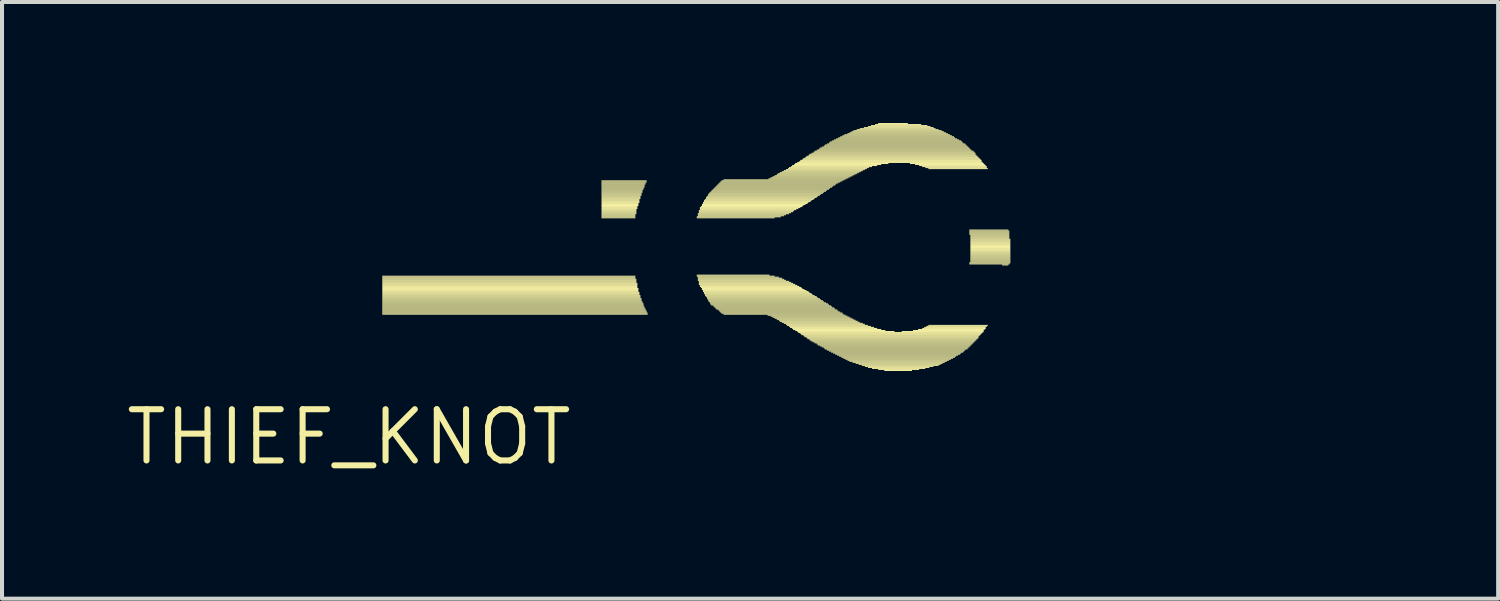
<source format=kicad_pcb>
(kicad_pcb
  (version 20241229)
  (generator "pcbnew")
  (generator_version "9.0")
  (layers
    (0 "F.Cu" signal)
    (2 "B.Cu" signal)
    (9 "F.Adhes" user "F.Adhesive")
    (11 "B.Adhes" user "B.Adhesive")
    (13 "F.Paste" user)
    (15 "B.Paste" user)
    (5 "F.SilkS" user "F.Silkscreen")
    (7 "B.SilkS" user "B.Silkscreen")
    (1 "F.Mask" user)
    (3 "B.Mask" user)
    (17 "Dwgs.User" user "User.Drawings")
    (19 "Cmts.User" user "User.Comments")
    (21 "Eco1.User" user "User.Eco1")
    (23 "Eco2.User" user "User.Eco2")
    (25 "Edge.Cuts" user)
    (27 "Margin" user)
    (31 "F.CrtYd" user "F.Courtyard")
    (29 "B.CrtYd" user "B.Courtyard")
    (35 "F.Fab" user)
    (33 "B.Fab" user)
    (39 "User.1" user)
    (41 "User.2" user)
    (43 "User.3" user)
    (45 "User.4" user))
  (footprint "THIEF_KNOT"
    (layer "F.Cu")
    (at 5.601 7.785)
    (property "Reference" "THIEF_KNOT" (at 0 0 0) (layer "F.SilkS") (effects (font (size 1.27 1.27) (thickness 0.15))))
    (fp_poly (pts (xy 7.277 -4.839) (xy 8.268 -4.839) (xy 8.268 -4.864) (xy 7.277 -4.864)) (stroke (width 0) (type default)) (fill yes) (layer "F.Mask"))
    (fp_poly (pts (xy 7.277 -4.813) (xy 8.268 -4.813) (xy 8.268 -4.839) (xy 7.277 -4.839)) (stroke (width 0) (type default)) (fill yes) (layer "F.Mask"))
    (fp_poly (pts (xy 7.277 -4.788) (xy 8.268 -4.788) (xy 8.268 -4.813) (xy 7.277 -4.813)) (stroke (width 0) (type default)) (fill yes) (layer "F.Mask"))
    (fp_poly (pts (xy 7.277 -4.763) (xy 8.268 -4.763) (xy 8.268 -4.788) (xy 7.277 -4.788)) (stroke (width 0) (type default)) (fill yes) (layer "F.Mask"))
    (fp_poly (pts (xy 7.277 -4.737) (xy 8.268 -4.737) (xy 8.268 -4.763) (xy 7.277 -4.763)) (stroke (width 0) (type default)) (fill yes) (layer "F.Mask"))
    (fp_poly (pts (xy 7.277 -4.712) (xy 8.268 -4.712) (xy 8.268 -4.737) (xy 7.277 -4.737)) (stroke (width 0) (type default)) (fill yes) (layer "F.Mask"))
    (fp_poly (pts (xy 7.277 -4.686) (xy 8.268 -4.686) (xy 8.268 -4.712) (xy 7.277 -4.712)) (stroke (width 0) (type default)) (fill yes) (layer "F.Mask"))
    (fp_poly (pts (xy 7.277 -4.661) (xy 8.268 -4.661) (xy 8.268 -4.686) (xy 7.277 -4.686)) (stroke (width 0) (type default)) (fill yes) (layer "F.Mask"))
    (fp_poly (pts (xy 7.277 -4.636) (xy 8.268 -4.636) (xy 8.268 -4.661) (xy 7.277 -4.661)) (stroke (width 0) (type default)) (fill yes) (layer "F.Mask"))
    (fp_poly (pts (xy 7.277 -4.61) (xy 8.268 -4.61) (xy 8.268 -4.636) (xy 7.277 -4.636)) (stroke (width 0) (type default)) (fill yes) (layer "F.Mask"))
    (fp_poly (pts (xy 7.277 -4.585) (xy 8.268 -4.585) (xy 8.268 -4.61) (xy 7.277 -4.61)) (stroke (width 0) (type default)) (fill yes) (layer "F.Mask"))
    (fp_poly (pts (xy 7.277 -4.559) (xy 8.242 -4.559) (xy 8.242 -4.585) (xy 7.277 -4.585)) (stroke (width 0) (type default)) (fill yes) (layer "F.Mask"))
    (fp_poly (pts (xy 7.277 -4.534) (xy 8.242 -4.534) (xy 8.242 -4.559) (xy 7.277 -4.559)) (stroke (width 0) (type default)) (fill yes) (layer "F.Mask"))
    (fp_poly (pts (xy 7.277 -4.508) (xy 8.242 -4.508) (xy 8.242 -4.534) (xy 7.277 -4.534)) (stroke (width 0) (type default)) (fill yes) (layer "F.Mask"))
    (fp_poly (pts (xy 7.277 -4.483) (xy 8.242 -4.483) (xy 8.242 -4.508) (xy 7.277 -4.508)) (stroke (width 0) (type default)) (fill yes) (layer "F.Mask"))
    (fp_poly (pts (xy 7.277 -4.458) (xy 8.242 -4.458) (xy 8.242 -4.483) (xy 7.277 -4.483)) (stroke (width 0) (type default)) (fill yes) (layer "F.Mask"))
    (fp_poly (pts (xy 7.303 -5.042) (xy 8.268 -5.042) (xy 8.268 -5.067) (xy 7.303 -5.067)) (stroke (width 0) (type default)) (fill yes) (layer "F.Mask"))
    (fp_poly (pts (xy 7.303 -5.016) (xy 8.268 -5.016) (xy 8.268 -5.042) (xy 7.303 -5.042)) (stroke (width 0) (type default)) (fill yes) (layer "F.Mask"))
    (fp_poly (pts (xy 7.303 -4.991) (xy 8.268 -4.991) (xy 8.268 -5.016) (xy 7.303 -5.016)) (stroke (width 0) (type default)) (fill yes) (layer "F.Mask"))
    (fp_poly (pts (xy 7.303 -4.966) (xy 8.268 -4.966) (xy 8.268 -4.991) (xy 7.303 -4.991)) (stroke (width 0) (type default)) (fill yes) (layer "F.Mask"))
    (fp_poly (pts (xy 7.303 -4.94) (xy 8.268 -4.94) (xy 8.268 -4.966) (xy 7.303 -4.966)) (stroke (width 0) (type default)) (fill yes) (layer "F.Mask"))
    (fp_poly (pts (xy 7.303 -4.915) (xy 8.268 -4.915) (xy 8.268 -4.94) (xy 7.303 -4.94)) (stroke (width 0) (type default)) (fill yes) (layer "F.Mask"))
    (fp_poly (pts (xy 7.303 -4.889) (xy 8.268 -4.889) (xy 8.268 -4.915) (xy 7.303 -4.915)) (stroke (width 0) (type default)) (fill yes) (layer "F.Mask"))
    (fp_poly (pts (xy 7.303 -4.864) (xy 8.268 -4.864) (xy 8.268 -4.889) (xy 7.303 -4.889)) (stroke (width 0) (type default)) (fill yes) (layer "F.Mask"))
    (fp_poly (pts (xy 7.303 -4.432) (xy 8.268 -4.432) (xy 8.268 -4.458) (xy 7.303 -4.458)) (stroke (width 0) (type default)) (fill yes) (layer "F.Mask"))
    (fp_poly (pts (xy 7.303 -4.407) (xy 8.268 -4.407) (xy 8.268 -4.432) (xy 7.303 -4.432)) (stroke (width 0) (type default)) (fill yes) (layer "F.Mask"))
    (fp_poly (pts (xy 7.303 -4.381) (xy 8.268 -4.381) (xy 8.268 -4.407) (xy 7.303 -4.407)) (stroke (width 0) (type default)) (fill yes) (layer "F.Mask"))
    (fp_poly (pts (xy 7.303 -4.356) (xy 8.268 -4.356) (xy 8.268 -4.381) (xy 7.303 -4.381)) (stroke (width 0) (type default)) (fill yes) (layer "F.Mask"))
    (fp_poly (pts (xy 7.303 -4.331) (xy 8.268 -4.331) (xy 8.268 -4.356) (xy 7.303 -4.356)) (stroke (width 0) (type default)) (fill yes) (layer "F.Mask"))
    (fp_poly (pts (xy 7.303 -4.305) (xy 8.268 -4.305) (xy 8.268 -4.331) (xy 7.303 -4.331)) (stroke (width 0) (type default)) (fill yes) (layer "F.Mask"))
    (fp_poly (pts (xy 7.328 -5.245) (xy 8.293 -5.245) (xy 8.293 -5.271) (xy 7.328 -5.271)) (stroke (width 0) (type default)) (fill yes) (layer "F.Mask"))
    (fp_poly (pts (xy 7.328 -5.22) (xy 8.293 -5.22) (xy 8.293 -5.245) (xy 7.328 -5.245)) (stroke (width 0) (type default)) (fill yes) (layer "F.Mask"))
    (fp_poly (pts (xy 7.328 -5.194) (xy 8.293 -5.194) (xy 8.293 -5.22) (xy 7.328 -5.22)) (stroke (width 0) (type default)) (fill yes) (layer "F.Mask"))
    (fp_poly (pts (xy 7.328 -5.169) (xy 8.293 -5.169) (xy 8.293 -5.194) (xy 7.328 -5.194)) (stroke (width 0) (type default)) (fill yes) (layer "F.Mask"))
    (fp_poly (pts (xy 7.328 -5.144) (xy 8.293 -5.144) (xy 8.293 -5.169) (xy 7.328 -5.169)) (stroke (width 0) (type default)) (fill yes) (layer "F.Mask"))
    (fp_poly (pts (xy 7.328 -5.118) (xy 8.293 -5.118) (xy 8.293 -5.144) (xy 7.328 -5.144)) (stroke (width 0) (type default)) (fill yes) (layer "F.Mask"))
    (fp_poly (pts (xy 7.328 -5.093) (xy 8.268 -5.093) (xy 8.268 -5.118) (xy 7.328 -5.118)) (stroke (width 0) (type default)) (fill yes) (layer "F.Mask"))
    (fp_poly (pts (xy 7.328 -5.067) (xy 8.268 -5.067) (xy 8.268 -5.093) (xy 7.328 -5.093)) (stroke (width 0) (type default)) (fill yes) (layer "F.Mask"))
    (fp_poly (pts (xy 7.328 -4.28) (xy 8.268 -4.28) (xy 8.268 -4.305) (xy 7.328 -4.305)) (stroke (width 0) (type default)) (fill yes) (layer "F.Mask"))
    (fp_poly (pts (xy 7.328 -4.255) (xy 8.268 -4.255) (xy 8.268 -4.28) (xy 7.328 -4.28)) (stroke (width 0) (type default)) (fill yes) (layer "F.Mask"))
    (fp_poly (pts (xy 7.328 -4.229) (xy 8.268 -4.229) (xy 8.268 -4.255) (xy 7.328 -4.255)) (stroke (width 0) (type default)) (fill yes) (layer "F.Mask"))
    (fp_poly (pts (xy 7.328 -4.204) (xy 8.293 -4.204) (xy 8.293 -4.229) (xy 7.328 -4.229)) (stroke (width 0) (type default)) (fill yes) (layer "F.Mask"))
    (fp_poly (pts (xy 7.328 -4.178) (xy 8.293 -4.178) (xy 8.293 -4.204) (xy 7.328 -4.204)) (stroke (width 0) (type default)) (fill yes) (layer "F.Mask"))
    (fp_poly (pts (xy 7.328 -4.153) (xy 8.293 -4.153) (xy 8.293 -4.178) (xy 7.328 -4.178)) (stroke (width 0) (type default)) (fill yes) (layer "F.Mask"))
    (fp_poly (pts (xy 7.353 -5.372) (xy 8.319 -5.372) (xy 8.319 -5.397) (xy 7.353 -5.397)) (stroke (width 0) (type default)) (fill yes) (layer "F.Mask"))
    (fp_poly (pts (xy 7.353 -5.347) (xy 8.319 -5.347) (xy 8.319 -5.372) (xy 7.353 -5.372)) (stroke (width 0) (type default)) (fill yes) (layer "F.Mask"))
    (fp_poly (pts (xy 7.353 -5.321) (xy 8.319 -5.321) (xy 8.319 -5.347) (xy 7.353 -5.347)) (stroke (width 0) (type default)) (fill yes) (layer "F.Mask"))
    (fp_poly (pts (xy 7.353 -5.296) (xy 8.319 -5.296) (xy 8.319 -5.321) (xy 7.353 -5.321)) (stroke (width 0) (type default)) (fill yes) (layer "F.Mask"))
    (fp_poly (pts (xy 7.353 -5.271) (xy 8.293 -5.271) (xy 8.293 -5.296) (xy 7.353 -5.296)) (stroke (width 0) (type default)) (fill yes) (layer "F.Mask"))
    (fp_poly (pts (xy 7.353 -4.128) (xy 8.293 -4.128) (xy 8.293 -4.153) (xy 7.353 -4.153)) (stroke (width 0) (type default)) (fill yes) (layer "F.Mask"))
    (fp_poly (pts (xy 7.353 -4.102) (xy 8.319 -4.102) (xy 8.319 -4.128) (xy 7.353 -4.128)) (stroke (width 0) (type default)) (fill yes) (layer "F.Mask"))
    (fp_poly (pts (xy 7.353 -4.077) (xy 8.319 -4.077) (xy 8.319 -4.102) (xy 7.353 -4.102)) (stroke (width 0) (type default)) (fill yes) (layer "F.Mask"))
    (fp_poly (pts (xy 7.353 -4.051) (xy 8.319 -4.051) (xy 8.319 -4.077) (xy 7.353 -4.077)) (stroke (width 0) (type default)) (fill yes) (layer "F.Mask"))
    (fp_poly (pts (xy 7.353 -4.026) (xy 8.319 -4.026) (xy 8.319 -4.051) (xy 7.353 -4.051)) (stroke (width 0) (type default)) (fill yes) (layer "F.Mask"))
    (fp_poly (pts (xy 7.353 -4) (xy 8.344 -4) (xy 8.344 -4.026) (xy 7.353 -4.026)) (stroke (width 0) (type default)) (fill yes) (layer "F.Mask"))
    (fp_poly (pts (xy 7.379 -5.524) (xy 8.369 -5.524) (xy 8.369 -5.55) (xy 7.379 -5.55)) (stroke (width 0) (type default)) (fill yes) (layer "F.Mask"))
    (fp_poly (pts (xy 7.379 -5.499) (xy 8.369 -5.499) (xy 8.369 -5.524) (xy 7.379 -5.524)) (stroke (width 0) (type default)) (fill yes) (layer "F.Mask"))
    (fp_poly (pts (xy 7.379 -5.474) (xy 8.369 -5.474) (xy 8.369 -5.499) (xy 7.379 -5.499)) (stroke (width 0) (type default)) (fill yes) (layer "F.Mask"))
    (fp_poly (pts (xy 7.379 -5.448) (xy 8.344 -5.448) (xy 8.344 -5.474) (xy 7.379 -5.474)) (stroke (width 0) (type default)) (fill yes) (layer "F.Mask"))
    (fp_poly (pts (xy 7.379 -5.423) (xy 8.344 -5.423) (xy 8.344 -5.448) (xy 7.379 -5.448)) (stroke (width 0) (type default)) (fill yes) (layer "F.Mask"))
    (fp_poly (pts (xy 7.379 -5.397) (xy 8.344 -5.397) (xy 8.344 -5.423) (xy 7.379 -5.423)) (stroke (width 0) (type default)) (fill yes) (layer "F.Mask"))
    (fp_poly (pts (xy 7.379 -3.975) (xy 8.344 -3.975) (xy 8.344 -4) (xy 7.379 -4)) (stroke (width 0) (type default)) (fill yes) (layer "F.Mask"))
    (fp_poly (pts (xy 7.379 -3.95) (xy 8.344 -3.95) (xy 8.344 -3.975) (xy 7.379 -3.975)) (stroke (width 0) (type default)) (fill yes) (layer "F.Mask"))
    (fp_poly (pts (xy 7.379 -3.924) (xy 8.344 -3.924) (xy 8.344 -3.95) (xy 7.379 -3.95)) (stroke (width 0) (type default)) (fill yes) (layer "F.Mask"))
    (fp_poly (pts (xy 7.379 -3.899) (xy 8.369 -3.899) (xy 8.369 -3.924) (xy 7.379 -3.924)) (stroke (width 0) (type default)) (fill yes) (layer "F.Mask"))
    (fp_poly (pts (xy 7.404 -5.626) (xy 8.42 -5.626) (xy 8.42 -5.652) (xy 7.404 -5.652)) (stroke (width 0) (type default)) (fill yes) (layer "F.Mask"))
    (fp_poly (pts (xy 7.404 -5.601) (xy 8.395 -5.601) (xy 8.395 -5.626) (xy 7.404 -5.626)) (stroke (width 0) (type default)) (fill yes) (layer "F.Mask"))
    (fp_poly (pts (xy 7.404 -5.575) (xy 8.395 -5.575) (xy 8.395 -5.601) (xy 7.404 -5.601)) (stroke (width 0) (type default)) (fill yes) (layer "F.Mask"))
    (fp_poly (pts (xy 7.404 -5.55) (xy 8.395 -5.55) (xy 8.395 -5.575) (xy 7.404 -5.575)) (stroke (width 0) (type default)) (fill yes) (layer "F.Mask"))
    (fp_poly (pts (xy 7.404 -3.873) (xy 8.369 -3.873) (xy 8.369 -3.899) (xy 7.404 -3.899)) (stroke (width 0) (type default)) (fill yes) (layer "F.Mask"))
    (fp_poly (pts (xy 7.404 -3.848) (xy 8.369 -3.848) (xy 8.369 -3.873) (xy 7.404 -3.873)) (stroke (width 0) (type default)) (fill yes) (layer "F.Mask"))
    (fp_poly (pts (xy 7.404 -3.823) (xy 8.395 -3.823) (xy 8.395 -3.848) (xy 7.404 -3.848)) (stroke (width 0) (type default)) (fill yes) (layer "F.Mask"))
    (fp_poly (pts (xy 7.429 -5.702) (xy 8.445 -5.702) (xy 8.445 -5.728) (xy 7.429 -5.728)) (stroke (width 0) (type default)) (fill yes) (layer "F.Mask"))
    (fp_poly (pts (xy 7.429 -5.677) (xy 8.445 -5.677) (xy 8.445 -5.702) (xy 7.429 -5.702)) (stroke (width 0) (type default)) (fill yes) (layer "F.Mask"))
    (fp_poly (pts (xy 7.429 -5.652) (xy 8.42 -5.652) (xy 8.42 -5.677) (xy 7.429 -5.677)) (stroke (width 0) (type default)) (fill yes) (layer "F.Mask"))
    (fp_poly (pts (xy 7.429 -3.797) (xy 8.395 -3.797) (xy 8.395 -3.823) (xy 7.429 -3.823)) (stroke (width 0) (type default)) (fill yes) (layer "F.Mask"))
    (fp_poly (pts (xy 7.429 -3.772) (xy 8.395 -3.772) (xy 8.395 -3.797) (xy 7.429 -3.797)) (stroke (width 0) (type default)) (fill yes) (layer "F.Mask"))
    (fp_poly (pts (xy 7.429 -3.747) (xy 8.42 -3.747) (xy 8.42 -3.772) (xy 7.429 -3.772)) (stroke (width 0) (type default)) (fill yes) (layer "F.Mask"))
    (fp_poly (pts (xy 7.429 -3.721) (xy 8.42 -3.721) (xy 8.42 -3.747) (xy 7.429 -3.747)) (stroke (width 0) (type default)) (fill yes) (layer "F.Mask"))
    (fp_poly (pts (xy 7.455 -5.779) (xy 8.471 -5.779) (xy 8.471 -5.804) (xy 7.455 -5.804)) (stroke (width 0) (type default)) (fill yes) (layer "F.Mask"))
    (fp_poly (pts (xy 7.455 -5.753) (xy 8.471 -5.753) (xy 8.471 -5.779) (xy 7.455 -5.779)) (stroke (width 0) (type default)) (fill yes) (layer "F.Mask"))
    (fp_poly (pts (xy 7.455 -5.728) (xy 8.445 -5.728) (xy 8.445 -5.753) (xy 7.455 -5.753)) (stroke (width 0) (type default)) (fill yes) (layer "F.Mask"))
    (fp_poly (pts (xy 7.455 -3.696) (xy 8.445 -3.696) (xy 8.445 -3.721) (xy 7.455 -3.721)) (stroke (width 0) (type default)) (fill yes) (layer "F.Mask"))
    (fp_poly (pts (xy 7.455 -3.67) (xy 8.445 -3.67) (xy 8.445 -3.696) (xy 7.455 -3.696)) (stroke (width 0) (type default)) (fill yes) (layer "F.Mask"))
    (fp_poly (pts (xy 7.455 -3.645) (xy 8.445 -3.645) (xy 8.445 -3.67) (xy 7.455 -3.67)) (stroke (width 0) (type default)) (fill yes) (layer "F.Mask"))
    (fp_poly (pts (xy 7.48 -5.855) (xy 8.496 -5.855) (xy 8.496 -5.88) (xy 7.48 -5.88)) (stroke (width 0) (type default)) (fill yes) (layer "F.Mask"))
    (fp_poly (pts (xy 7.48 -5.829) (xy 8.496 -5.829) (xy 8.496 -5.855) (xy 7.48 -5.855)) (stroke (width 0) (type default)) (fill yes) (layer "F.Mask"))
    (fp_poly (pts (xy 7.48 -5.804) (xy 8.496 -5.804) (xy 8.496 -5.829) (xy 7.48 -5.829)) (stroke (width 0) (type default)) (fill yes) (layer "F.Mask"))
    (fp_poly (pts (xy 7.48 -3.619) (xy 8.471 -3.619) (xy 8.471 -3.645) (xy 7.48 -3.645)) (stroke (width 0) (type default)) (fill yes) (layer "F.Mask"))
    (fp_poly (pts (xy 7.48 -3.594) (xy 8.471 -3.594) (xy 8.471 -3.619) (xy 7.48 -3.619)) (stroke (width 0) (type default)) (fill yes) (layer "F.Mask"))
    (fp_poly (pts (xy 7.48 -3.569) (xy 8.496 -3.569) (xy 8.496 -3.594) (xy 7.48 -3.594)) (stroke (width 0) (type default)) (fill yes) (layer "F.Mask"))
    (fp_poly (pts (xy 7.506 -5.905) (xy 8.522 -5.905) (xy 8.522 -5.931) (xy 7.506 -5.931)) (stroke (width 0) (type default)) (fill yes) (layer "F.Mask"))
    (fp_poly (pts (xy 7.506 -5.88) (xy 8.522 -5.88) (xy 8.522 -5.905) (xy 7.506 -5.905)) (stroke (width 0) (type default)) (fill yes) (layer "F.Mask"))
    (fp_poly (pts (xy 7.506 -3.543) (xy 8.496 -3.543) (xy 8.496 -3.569) (xy 7.506 -3.569)) (stroke (width 0) (type default)) (fill yes) (layer "F.Mask"))
    (fp_poly (pts (xy 7.506 -3.518) (xy 8.522 -3.518) (xy 8.522 -3.543) (xy 7.506 -3.543)) (stroke (width 0) (type default)) (fill yes) (layer "F.Mask"))
    (fp_poly (pts (xy 7.506 -3.493) (xy 8.522 -3.493) (xy 8.522 -3.518) (xy 7.506 -3.518)) (stroke (width 0) (type default)) (fill yes) (layer "F.Mask"))
    (fp_poly (pts (xy 7.506 -3.467) (xy 8.547 -3.467) (xy 8.547 -3.493) (xy 7.506 -3.493)) (stroke (width 0) (type default)) (fill yes) (layer "F.Mask"))
    (fp_poly (pts (xy 7.531 -5.982) (xy 8.572 -5.982) (xy 8.572 -6.007) (xy 7.531 -6.007)) (stroke (width 0) (type default)) (fill yes) (layer "F.Mask"))
    (fp_poly (pts (xy 7.531 -5.956) (xy 8.572 -5.956) (xy 8.572 -5.982) (xy 7.531 -5.982)) (stroke (width 0) (type default)) (fill yes) (layer "F.Mask"))
    (fp_poly (pts (xy 7.531 -5.931) (xy 8.547 -5.931) (xy 8.547 -5.956) (xy 7.531 -5.956)) (stroke (width 0) (type default)) (fill yes) (layer "F.Mask"))
    (fp_poly (pts (xy 7.531 -3.442) (xy 8.547 -3.442) (xy 8.547 -3.467) (xy 7.531 -3.467)) (stroke (width 0) (type default)) (fill yes) (layer "F.Mask"))
    (fp_poly (pts (xy 7.531 -3.416) (xy 8.572 -3.416) (xy 8.572 -3.442) (xy 7.531 -3.442)) (stroke (width 0) (type default)) (fill yes) (layer "F.Mask"))
    (fp_poly (pts (xy 7.531 -3.391) (xy 8.572 -3.391) (xy 8.572 -3.416) (xy 7.531 -3.416)) (stroke (width 0) (type default)) (fill yes) (layer "F.Mask"))
    (fp_poly (pts (xy 7.556 -6.058) (xy 8.623 -6.058) (xy 8.623 -6.083) (xy 7.556 -6.083)) (stroke (width 0) (type default)) (fill yes) (layer "F.Mask"))
    (fp_poly (pts (xy 7.556 -6.032) (xy 8.598 -6.032) (xy 8.598 -6.058) (xy 7.556 -6.058)) (stroke (width 0) (type default)) (fill yes) (layer "F.Mask"))
    (fp_poly (pts (xy 7.556 -6.007) (xy 8.598 -6.007) (xy 8.598 -6.032) (xy 7.556 -6.032)) (stroke (width 0) (type default)) (fill yes) (layer "F.Mask"))
    (fp_poly (pts (xy 7.556 -3.365) (xy 8.598 -3.365) (xy 8.598 -3.391) (xy 7.556 -3.391)) (stroke (width 0) (type default)) (fill yes) (layer "F.Mask"))
    (fp_poly (pts (xy 7.556 -3.34) (xy 8.598 -3.34) (xy 8.598 -3.365) (xy 7.556 -3.365)) (stroke (width 0) (type default)) (fill yes) (layer "F.Mask"))
    (fp_poly (pts (xy 7.582 -6.109) (xy 8.649 -6.109) (xy 8.649 -6.134) (xy 7.582 -6.134)) (stroke (width 0) (type default)) (fill yes) (layer "F.Mask"))
    (fp_poly (pts (xy 7.582 -6.083) (xy 8.649 -6.083) (xy 8.649 -6.109) (xy 7.582 -6.109)) (stroke (width 0) (type default)) (fill yes) (layer "F.Mask"))
    (fp_poly (pts (xy 7.582 -3.315) (xy 8.623 -3.315) (xy 8.623 -3.34) (xy 7.582 -3.34)) (stroke (width 0) (type default)) (fill yes) (layer "F.Mask"))
    (fp_poly (pts (xy 7.582 -3.289) (xy 8.649 -3.289) (xy 8.649 -3.315) (xy 7.582 -3.315)) (stroke (width 0) (type default)) (fill yes) (layer "F.Mask"))
    (fp_poly (pts (xy 7.582 -3.264) (xy 8.674 -3.264) (xy 8.674 -3.289) (xy 7.582 -3.289)) (stroke (width 0) (type default)) (fill yes) (layer "F.Mask"))
    (fp_poly (pts (xy 7.607 -6.16) (xy 8.7 -6.16) (xy 8.7 -6.185) (xy 7.607 -6.185)) (stroke (width 0) (type default)) (fill yes) (layer "F.Mask"))
    (fp_poly (pts (xy 7.607 -6.134) (xy 8.674 -6.134) (xy 8.674 -6.16) (xy 7.607 -6.16)) (stroke (width 0) (type default)) (fill yes) (layer "F.Mask"))
    (fp_poly (pts (xy 7.607 -3.239) (xy 8.674 -3.239) (xy 8.674 -3.264) (xy 7.607 -3.264)) (stroke (width 0) (type default)) (fill yes) (layer "F.Mask"))
    (fp_poly (pts (xy 7.607 -3.213) (xy 8.7 -3.213) (xy 8.7 -3.239) (xy 7.607 -3.239)) (stroke (width 0) (type default)) (fill yes) (layer "F.Mask"))
    (fp_poly (pts (xy 7.633 -6.236) (xy 8.75 -6.236) (xy 8.75 -6.261) (xy 7.633 -6.261)) (stroke (width 0) (type default)) (fill yes) (layer "F.Mask"))
    (fp_poly (pts (xy 7.633 -6.21) (xy 8.75 -6.21) (xy 8.75 -6.236) (xy 7.633 -6.236)) (stroke (width 0) (type default)) (fill yes) (layer "F.Mask"))
    (fp_poly (pts (xy 7.633 -6.185) (xy 8.75 -6.185) (xy 8.75 -6.21) (xy 7.633 -6.21)) (stroke (width 0) (type default)) (fill yes) (layer "F.Mask"))
    (fp_poly (pts (xy 7.633 -3.188) (xy 8.725 -3.188) (xy 8.725 -3.213) (xy 7.633 -3.213)) (stroke (width 0) (type default)) (fill yes) (layer "F.Mask"))
    (fp_poly (pts (xy 7.633 -3.162) (xy 8.75 -3.162) (xy 8.75 -3.188) (xy 7.633 -3.188)) (stroke (width 0) (type default)) (fill yes) (layer "F.Mask"))
    (fp_poly (pts (xy 7.633 -3.137) (xy 8.75 -3.137) (xy 8.75 -3.162) (xy 7.633 -3.162)) (stroke (width 0) (type default)) (fill yes) (layer "F.Mask"))
    (fp_poly (pts (xy 7.658 -6.287) (xy 8.801 -6.287) (xy 8.801 -6.312) (xy 7.658 -6.312)) (stroke (width 0) (type default)) (fill yes) (layer "F.Mask"))
    (fp_poly (pts (xy 7.658 -6.261) (xy 8.776 -6.261) (xy 8.776 -6.287) (xy 7.658 -6.287)) (stroke (width 0) (type default)) (fill yes) (layer "F.Mask"))
    (fp_poly (pts (xy 7.658 -3.111) (xy 8.776 -3.111) (xy 8.776 -3.137) (xy 7.658 -3.137)) (stroke (width 0) (type default)) (fill yes) (layer "F.Mask"))
    (fp_poly (pts (xy 7.658 -3.086) (xy 8.801 -3.086) (xy 8.801 -3.111) (xy 7.658 -3.111)) (stroke (width 0) (type default)) (fill yes) (layer "F.Mask"))
    (fp_poly (pts (xy 7.684 -6.337) (xy 8.826 -6.337) (xy 8.826 -6.363) (xy 7.684 -6.363)) (stroke (width 0) (type default)) (fill yes) (layer "F.Mask"))
    (fp_poly (pts (xy 7.684 -6.312) (xy 8.826 -6.312) (xy 8.826 -6.337) (xy 7.684 -6.337)) (stroke (width 0) (type default)) (fill yes) (layer "F.Mask"))
    (fp_poly (pts (xy 7.684 -3.061) (xy 8.852 -3.061) (xy 8.852 -3.086) (xy 7.684 -3.086)) (stroke (width 0) (type default)) (fill yes) (layer "F.Mask"))
    (fp_poly (pts (xy 7.684 -3.035) (xy 8.852 -3.035) (xy 8.852 -3.061) (xy 7.684 -3.061)) (stroke (width 0) (type default)) (fill yes) (layer "F.Mask"))
    (fp_poly (pts (xy 7.709 -6.388) (xy 8.877 -6.388) (xy 8.877 -6.413) (xy 7.709 -6.413)) (stroke (width 0) (type default)) (fill yes) (layer "F.Mask"))
    (fp_poly (pts (xy 7.709 -6.363) (xy 8.852 -6.363) (xy 8.852 -6.388) (xy 7.709 -6.388)) (stroke (width 0) (type default)) (fill yes) (layer "F.Mask"))
    (fp_poly (pts (xy 7.709 -3.01) (xy 8.877 -3.01) (xy 8.877 -3.035) (xy 7.709 -3.035)) (stroke (width 0) (type default)) (fill yes) (layer "F.Mask"))
    (fp_poly (pts (xy 7.734 -6.439) (xy 8.928 -6.439) (xy 8.928 -6.464) (xy 7.734 -6.464)) (stroke (width 0) (type default)) (fill yes) (layer "F.Mask"))
    (fp_poly (pts (xy 7.734 -6.413) (xy 8.903 -6.413) (xy 8.903 -6.439) (xy 7.734 -6.439)) (stroke (width 0) (type default)) (fill yes) (layer "F.Mask"))
    (fp_poly (pts (xy 7.734 -2.985) (xy 8.903 -2.985) (xy 8.903 -3.01) (xy 7.734 -3.01)) (stroke (width 0) (type default)) (fill yes) (layer "F.Mask"))
    (fp_poly (pts (xy 7.734 -2.959) (xy 8.928 -2.959) (xy 8.928 -2.985) (xy 7.734 -2.985)) (stroke (width 0) (type default)) (fill yes) (layer "F.Mask"))
    (fp_poly (pts (xy 7.76 -6.49) (xy 9.004 -6.49) (xy 9.004 -6.515) (xy 7.76 -6.515)) (stroke (width 0) (type default)) (fill yes) (layer "F.Mask"))
    (fp_poly (pts (xy 7.76 -6.464) (xy 8.954 -6.464) (xy 8.954 -6.49) (xy 7.76 -6.49)) (stroke (width 0) (type default)) (fill yes) (layer "F.Mask"))
    (fp_poly (pts (xy 7.76 -2.934) (xy 8.979 -2.934) (xy 8.979 -2.959) (xy 7.76 -2.959)) (stroke (width 0) (type default)) (fill yes) (layer "F.Mask"))
    (fp_poly (pts (xy 7.76 -2.908) (xy 9.004 -2.908) (xy 9.004 -2.934) (xy 7.76 -2.934)) (stroke (width 0) (type default)) (fill yes) (layer "F.Mask"))
    (fp_poly (pts (xy 7.785 -6.515) (xy 9.03 -6.515) (xy 9.03 -6.54) (xy 7.785 -6.54)) (stroke (width 0) (type default)) (fill yes) (layer "F.Mask"))
    (fp_poly (pts (xy 7.785 -2.883) (xy 9.03 -2.883) (xy 9.03 -2.908) (xy 7.785 -2.908)) (stroke (width 0) (type default)) (fill yes) (layer "F.Mask"))
    (fp_poly (pts (xy 7.785 -2.857) (xy 9.055 -2.857) (xy 9.055 -2.883) (xy 7.785 -2.883)) (stroke (width 0) (type default)) (fill yes) (layer "F.Mask"))
    (fp_poly (pts (xy 7.811 -6.566) (xy 9.106 -6.566) (xy 9.106 -6.591) (xy 7.811 -6.591)) (stroke (width 0) (type default)) (fill yes) (layer "F.Mask"))
    (fp_poly (pts (xy 7.811 -6.54) (xy 9.081 -6.54) (xy 9.081 -6.566) (xy 7.811 -6.566)) (stroke (width 0) (type default)) (fill yes) (layer "F.Mask"))
    (fp_poly (pts (xy 7.811 -2.832) (xy 9.106 -2.832) (xy 9.106 -2.857) (xy 7.811 -2.857)) (stroke (width 0) (type default)) (fill yes) (layer "F.Mask"))
    (fp_poly (pts (xy 7.836 -6.591) (xy 9.131 -6.591) (xy 9.131 -6.617) (xy 7.836 -6.617)) (stroke (width 0) (type default)) (fill yes) (layer "F.Mask"))
    (fp_poly (pts (xy 7.836 -2.807) (xy 9.131 -2.807) (xy 9.131 -2.832) (xy 7.836 -2.832)) (stroke (width 0) (type default)) (fill yes) (layer "F.Mask"))
    (fp_poly (pts (xy 7.836 -2.781) (xy 9.182 -2.781) (xy 9.182 -2.807) (xy 7.836 -2.807)) (stroke (width 0) (type default)) (fill yes) (layer "F.Mask"))
    (fp_poly (pts (xy 7.861 -6.642) (xy 9.258 -6.642) (xy 9.258 -6.668) (xy 7.861 -6.668)) (stroke (width 0) (type default)) (fill yes) (layer "F.Mask"))
    (fp_poly (pts (xy 7.861 -6.617) (xy 9.182 -6.617) (xy 9.182 -6.642) (xy 7.861 -6.642)) (stroke (width 0) (type default)) (fill yes) (layer "F.Mask"))
    (fp_poly (pts (xy 7.861 -2.756) (xy 9.233 -2.756) (xy 9.233 -2.781) (xy 7.861 -2.781)) (stroke (width 0) (type default)) (fill yes) (layer "F.Mask"))
    (fp_poly (pts (xy 7.887 -6.668) (xy 9.309 -6.668) (xy 9.309 -6.693) (xy 7.887 -6.693)) (stroke (width 0) (type default)) (fill yes) (layer "F.Mask"))
    (fp_poly (pts (xy 7.887 -2.731) (xy 9.284 -2.731) (xy 9.284 -2.756) (xy 7.887 -2.756)) (stroke (width 0) (type default)) (fill yes) (layer "F.Mask"))
    (fp_poly (pts (xy 7.887 -2.705) (xy 9.309 -2.705) (xy 9.309 -2.731) (xy 7.887 -2.731)) (stroke (width 0) (type default)) (fill yes) (layer "F.Mask"))
    (fp_poly (pts (xy 7.912 -6.718) (xy 9.411 -6.718) (xy 9.411 -6.744) (xy 7.912 -6.744)) (stroke (width 0) (type default)) (fill yes) (layer "F.Mask"))
    (fp_poly (pts (xy 7.912 -6.693) (xy 9.36 -6.693) (xy 9.36 -6.718) (xy 7.912 -6.718)) (stroke (width 0) (type default)) (fill yes) (layer "F.Mask"))
    (fp_poly (pts (xy 7.912 -2.68) (xy 9.385 -2.68) (xy 9.385 -2.705) (xy 7.912 -2.705)) (stroke (width 0) (type default)) (fill yes) (layer "F.Mask"))
    (fp_poly (pts (xy 7.938 -6.744) (xy 9.487 -6.744) (xy 9.487 -6.769) (xy 7.938 -6.769)) (stroke (width 0) (type default)) (fill yes) (layer "F.Mask"))
    (fp_poly (pts (xy 7.938 -2.654) (xy 9.461 -2.654) (xy 9.461 -2.68) (xy 7.938 -2.68)) (stroke (width 0) (type default)) (fill yes) (layer "F.Mask"))
    (fp_poly (pts (xy 7.938 -2.629) (xy 9.563 -2.629) (xy 9.563 -2.654) (xy 7.938 -2.654)) (stroke (width 0) (type default)) (fill yes) (layer "F.Mask"))
    (fp_poly (pts (xy 7.963 -6.769) (xy 9.614 -6.769) (xy 9.614 -6.795) (xy 7.963 -6.795)) (stroke (width 0) (type default)) (fill yes) (layer "F.Mask"))
    (fp_poly (pts (xy 7.963 -2.603) (xy 9.639 -2.603) (xy 9.639 -2.629) (xy 7.963 -2.629)) (stroke (width 0) (type default)) (fill yes) (layer "F.Mask"))
    (fp_poly (pts (xy 7.988 -6.845) (xy 10.655 -6.845) (xy 10.655 -6.871) (xy 7.988 -6.871)) (stroke (width 0) (type default)) (fill yes) (layer "F.Mask"))
    (fp_poly (pts (xy 7.988 -6.82) (xy 10.604 -6.82) (xy 10.604 -6.845) (xy 7.988 -6.845)) (stroke (width 0) (type default)) (fill yes) (layer "F.Mask"))
    (fp_poly (pts (xy 7.988 -6.795) (xy 9.792 -6.795) (xy 9.792 -6.82) (xy 7.988 -6.82)) (stroke (width 0) (type default)) (fill yes) (layer "F.Mask"))
    (fp_poly (pts (xy 7.988 -2.578) (xy 10.655 -2.578) (xy 10.655 -2.603) (xy 7.988 -2.603)) (stroke (width 0) (type default)) (fill yes) (layer "F.Mask"))
    (fp_poly (pts (xy 7.988 -2.553) (xy 10.706 -2.553) (xy 10.706 -2.578) (xy 7.988 -2.578)) (stroke (width 0) (type default)) (fill yes) (layer "F.Mask"))
    (fp_poly (pts (xy 8.014 -2.527) (xy 10.732 -2.527) (xy 10.732 -2.553) (xy 8.014 -2.553)) (stroke (width 0) (type default)) (fill yes) (layer "F.Mask"))
    (fp_poly (pts (xy 8.039 -6.871) (xy 10.706 -6.871) (xy 10.706 -6.896) (xy 8.039 -6.896)) (stroke (width 0) (type default)) (fill yes) (layer "F.Mask"))
    (fp_poly (pts (xy 8.039 -2.502) (xy 10.782 -2.502) (xy 10.782 -2.527) (xy 8.039 -2.527)) (stroke (width 0) (type default)) (fill yes) (layer "F.Mask"))
    (fp_poly (pts (xy 8.039 -2.477) (xy 10.808 -2.477) (xy 10.808 -2.502) (xy 8.039 -2.502)) (stroke (width 0) (type default)) (fill yes) (layer "F.Mask"))
    (fp_poly (pts (xy 8.065 -6.896) (xy 10.732 -6.896) (xy 10.732 -6.921) (xy 8.065 -6.921)) (stroke (width 0) (type default)) (fill yes) (layer "F.Mask"))
    (fp_poly (pts (xy 8.065 -2.451) (xy 10.858 -2.451) (xy 10.858 -2.477) (xy 8.065 -2.477)) (stroke (width 0) (type default)) (fill yes) (layer "F.Mask"))
    (fp_poly (pts (xy 8.09 -6.921) (xy 10.782 -6.921) (xy 10.782 -6.947) (xy 8.09 -6.947)) (stroke (width 0) (type default)) (fill yes) (layer "F.Mask"))
    (fp_poly (pts (xy 8.09 -2.426) (xy 10.909 -2.426) (xy 10.909 -2.451) (xy 8.09 -2.451)) (stroke (width 0) (type default)) (fill yes) (layer "F.Mask"))
    (fp_poly (pts (xy 8.09 -2.4) (xy 10.935 -2.4) (xy 10.935 -2.426) (xy 8.09 -2.426)) (stroke (width 0) (type default)) (fill yes) (layer "F.Mask"))
    (fp_poly (pts (xy 8.115 -6.972) (xy 10.858 -6.972) (xy 10.858 -6.998) (xy 8.115 -6.998)) (stroke (width 0) (type default)) (fill yes) (layer "F.Mask"))
    (fp_poly (pts (xy 8.115 -6.947) (xy 10.833 -6.947) (xy 10.833 -6.972) (xy 8.115 -6.972)) (stroke (width 0) (type default)) (fill yes) (layer "F.Mask"))
    (fp_poly (pts (xy 8.141 -6.998) (xy 10.909 -6.998) (xy 10.909 -7.023) (xy 8.141 -7.023)) (stroke (width 0) (type default)) (fill yes) (layer "F.Mask"))
    (fp_poly (pts (xy 8.141 -2.375) (xy 10.986 -2.375) (xy 10.986 -2.4) (xy 8.141 -2.4)) (stroke (width 0) (type default)) (fill yes) (layer "F.Mask"))
    (fp_poly (pts (xy 8.166 -7.023) (xy 10.935 -7.023) (xy 10.935 -7.048) (xy 8.166 -7.048)) (stroke (width 0) (type default)) (fill yes) (layer "F.Mask"))
    (fp_poly (pts (xy 8.191 -7.048) (xy 10.986 -7.048) (xy 10.986 -7.074) (xy 8.191 -7.074)) (stroke (width 0) (type default)) (fill yes) (layer "F.Mask"))
    (fp_poly (pts (xy 8.191 -2.349) (xy 11.011 -2.349) (xy 11.011 -2.375) (xy 8.191 -2.375)) (stroke (width 0) (type default)) (fill yes) (layer "F.Mask"))
    (fp_poly (pts (xy 8.217 -7.074) (xy 11.036 -7.074) (xy 11.036 -7.099) (xy 8.217 -7.099)) (stroke (width 0) (type default)) (fill yes) (layer "F.Mask"))
    (fp_poly (pts (xy 8.217 -2.324) (xy 11.062 -2.324) (xy 11.062 -2.349) (xy 8.217 -2.349)) (stroke (width 0) (type default)) (fill yes) (layer "F.Mask"))
    (fp_poly (pts (xy 8.242 -7.099) (xy 11.062 -7.099) (xy 11.062 -7.125) (xy 8.242 -7.125)) (stroke (width 0) (type default)) (fill yes) (layer "F.Mask"))
    (fp_poly (pts (xy 8.242 -2.299) (xy 11.113 -2.299) (xy 11.113 -2.324) (xy 8.242 -2.324)) (stroke (width 0) (type default)) (fill yes) (layer "F.Mask"))
    (fp_poly (pts (xy 8.268 -7.125) (xy 11.113 -7.125) (xy 11.113 -7.15) (xy 8.268 -7.15)) (stroke (width 0) (type default)) (fill yes) (layer "F.Mask"))
    (fp_poly (pts (xy 8.268 -2.273) (xy 11.138 -2.273) (xy 11.138 -2.299) (xy 8.268 -2.299)) (stroke (width 0) (type default)) (fill yes) (layer "F.Mask"))
    (fp_poly (pts (xy 8.293 -7.15) (xy 11.163 -7.15) (xy 11.163 -7.176) (xy 8.293 -7.176)) (stroke (width 0) (type default)) (fill yes) (layer "F.Mask"))
    (fp_poly (pts (xy 8.293 -2.248) (xy 11.189 -2.248) (xy 11.189 -2.273) (xy 8.293 -2.273)) (stroke (width 0) (type default)) (fill yes) (layer "F.Mask"))
    (fp_poly (pts (xy 8.319 -7.176) (xy 11.189 -7.176) (xy 11.189 -7.201) (xy 8.319 -7.201)) (stroke (width 0) (type default)) (fill yes) (layer "F.Mask"))
    (fp_poly (pts (xy 8.319 -2.223) (xy 11.214 -2.223) (xy 11.214 -2.248) (xy 8.319 -2.248)) (stroke (width 0) (type default)) (fill yes) (layer "F.Mask"))
    (fp_poly (pts (xy 8.344 -2.197) (xy 11.265 -2.197) (xy 11.265 -2.223) (xy 8.344 -2.223)) (stroke (width 0) (type default)) (fill yes) (layer "F.Mask"))
    (fp_poly (pts (xy 8.369 -7.201) (xy 11.239 -7.201) (xy 11.239 -7.226) (xy 8.369 -7.226)) (stroke (width 0) (type default)) (fill yes) (layer "F.Mask"))
    (fp_poly (pts (xy 8.395 -7.226) (xy 11.29 -7.226) (xy 11.29 -7.252) (xy 8.395 -7.252)) (stroke (width 0) (type default)) (fill yes) (layer "F.Mask"))
    (fp_poly (pts (xy 8.395 -2.172) (xy 11.29 -2.172) (xy 11.29 -2.197) (xy 8.395 -2.197)) (stroke (width 0) (type default)) (fill yes) (layer "F.Mask"))
    (fp_poly (pts (xy 8.42 -7.252) (xy 11.316 -7.252) (xy 11.316 -7.277) (xy 8.42 -7.277)) (stroke (width 0) (type default)) (fill yes) (layer "F.Mask"))
    (fp_poly (pts (xy 8.42 -2.146) (xy 11.341 -2.146) (xy 11.341 -2.172) (xy 8.42 -2.172)) (stroke (width 0) (type default)) (fill yes) (layer "F.Mask"))
    (fp_poly (pts (xy 8.445 -7.277) (xy 11.367 -7.277) (xy 11.367 -7.303) (xy 8.445 -7.303)) (stroke (width 0) (type default)) (fill yes) (layer "F.Mask"))
    (fp_poly (pts (xy 8.445 -2.121) (xy 11.392 -2.121) (xy 11.392 -2.146) (xy 8.445 -2.146)) (stroke (width 0) (type default)) (fill yes) (layer "F.Mask"))
    (fp_poly (pts (xy 8.471 -7.303) (xy 11.392 -7.303) (xy 11.392 -7.328) (xy 8.471 -7.328)) (stroke (width 0) (type default)) (fill yes) (layer "F.Mask"))
    (fp_poly (pts (xy 8.496 -2.095) (xy 11.417 -2.095) (xy 11.417 -2.121) (xy 8.496 -2.121)) (stroke (width 0) (type default)) (fill yes) (layer "F.Mask"))
    (fp_poly (pts (xy 8.522 -7.328) (xy 11.443 -7.328) (xy 11.443 -7.353) (xy 8.522 -7.353)) (stroke (width 0) (type default)) (fill yes) (layer "F.Mask"))
    (fp_poly (pts (xy 8.522 -2.07) (xy 11.468 -2.07) (xy 11.468 -2.095) (xy 8.522 -2.095)) (stroke (width 0) (type default)) (fill yes) (layer "F.Mask"))
    (fp_poly (pts (xy 8.547 -7.353) (xy 11.493 -7.353) (xy 11.493 -7.379) (xy 8.547 -7.379)) (stroke (width 0) (type default)) (fill yes) (layer "F.Mask"))
    (fp_poly (pts (xy 8.572 -2.045) (xy 11.493 -2.045) (xy 11.493 -2.07) (xy 8.572 -2.07)) (stroke (width 0) (type default)) (fill yes) (layer "F.Mask"))
    (fp_poly (pts (xy 8.598 -7.379) (xy 11.519 -7.379) (xy 11.519 -7.404) (xy 8.598 -7.404)) (stroke (width 0) (type default)) (fill yes) (layer "F.Mask"))
    (fp_poly (pts (xy 8.598 -2.019) (xy 11.544 -2.019) (xy 11.544 -2.045) (xy 8.598 -2.045)) (stroke (width 0) (type default)) (fill yes) (layer "F.Mask"))
    (fp_poly (pts (xy 8.649 -7.404) (xy 11.468 -7.404) (xy 11.468 -7.429) (xy 8.649 -7.429)) (stroke (width 0) (type default)) (fill yes) (layer "F.Mask"))
    (fp_poly (pts (xy 8.649 -1.994) (xy 11.519 -1.994) (xy 11.519 -2.019) (xy 8.649 -2.019)) (stroke (width 0) (type default)) (fill yes) (layer "F.Mask"))
    (fp_poly (pts (xy 8.674 -1.968) (xy 11.468 -1.968) (xy 11.468 -1.994) (xy 8.674 -1.994)) (stroke (width 0) (type default)) (fill yes) (layer "F.Mask"))
    (fp_poly (pts (xy 8.7 -7.429) (xy 11.417 -7.429) (xy 11.417 -7.455) (xy 8.7 -7.455)) (stroke (width 0) (type default)) (fill yes) (layer "F.Mask"))
    (fp_poly (pts (xy 8.725 -1.943) (xy 11.417 -1.943) (xy 11.417 -1.968) (xy 8.725 -1.968)) (stroke (width 0) (type default)) (fill yes) (layer "F.Mask"))
    (fp_poly (pts (xy 8.75 -7.455) (xy 11.367 -7.455) (xy 11.367 -7.48) (xy 8.75 -7.48)) (stroke (width 0) (type default)) (fill yes) (layer "F.Mask"))
    (fp_poly (pts (xy 8.776 -1.918) (xy 11.341 -1.918) (xy 11.341 -1.943) (xy 8.776 -1.943)) (stroke (width 0) (type default)) (fill yes) (layer "F.Mask"))
    (fp_poly (pts (xy 8.801 -7.48) (xy 11.316 -7.48) (xy 11.316 -7.506) (xy 8.801 -7.506)) (stroke (width 0) (type default)) (fill yes) (layer "F.Mask"))
    (fp_poly (pts (xy 8.852 -7.506) (xy 11.239 -7.506) (xy 11.239 -7.531) (xy 8.852 -7.531)) (stroke (width 0) (type default)) (fill yes) (layer "F.Mask"))
    (fp_poly (pts (xy 8.852 -1.892) (xy 11.265 -1.892) (xy 11.265 -1.918) (xy 8.852 -1.918)) (stroke (width 0) (type default)) (fill yes) (layer "F.Mask"))
    (fp_poly (pts (xy 8.903 -7.531) (xy 11.189 -7.531) (xy 11.189 -7.556) (xy 8.903 -7.556)) (stroke (width 0) (type default)) (fill yes) (layer "F.Mask"))
    (fp_poly (pts (xy 8.903 -1.867) (xy 11.214 -1.867) (xy 11.214 -1.892) (xy 8.903 -1.892)) (stroke (width 0) (type default)) (fill yes) (layer "F.Mask"))
    (fp_poly (pts (xy 8.954 -7.556) (xy 11.138 -7.556) (xy 11.138 -7.582) (xy 8.954 -7.582)) (stroke (width 0) (type default)) (fill yes) (layer "F.Mask"))
    (fp_poly (pts (xy 8.954 -1.841) (xy 11.138 -1.841) (xy 11.138 -1.867) (xy 8.954 -1.867)) (stroke (width 0) (type default)) (fill yes) (layer "F.Mask"))
    (fp_poly (pts (xy 9.004 -1.816) (xy 11.062 -1.816) (xy 11.062 -1.841) (xy 9.004 -1.841)) (stroke (width 0) (type default)) (fill yes) (layer "F.Mask"))
    (fp_poly (pts (xy 9.03 -7.582) (xy 11.062 -7.582) (xy 11.062 -7.607) (xy 9.03 -7.607)) (stroke (width 0) (type default)) (fill yes) (layer "F.Mask"))
    (fp_poly (pts (xy 9.055 -1.791) (xy 10.986 -1.791) (xy 10.986 -1.816) (xy 9.055 -1.816)) (stroke (width 0) (type default)) (fill yes) (layer "F.Mask"))
    (fp_poly (pts (xy 9.106 -7.607) (xy 11.011 -7.607) (xy 11.011 -7.633) (xy 9.106 -7.633)) (stroke (width 0) (type default)) (fill yes) (layer "F.Mask"))
    (fp_poly (pts (xy 9.131 -1.765) (xy 10.884 -1.765) (xy 10.884 -1.791) (xy 9.131 -1.791)) (stroke (width 0) (type default)) (fill yes) (layer "F.Mask"))
    (fp_poly (pts (xy 9.207 -7.633) (xy 10.935 -7.633) (xy 10.935 -7.658) (xy 9.207 -7.658)) (stroke (width 0) (type default)) (fill yes) (layer "F.Mask"))
    (fp_poly (pts (xy 9.233 -1.74) (xy 10.782 -1.74) (xy 10.782 -1.765) (xy 9.233 -1.765)) (stroke (width 0) (type default)) (fill yes) (layer "F.Mask"))
    (fp_poly (pts (xy 9.309 -7.658) (xy 10.884 -7.658) (xy 10.884 -7.684) (xy 9.309 -7.684)) (stroke (width 0) (type default)) (fill yes) (layer "F.Mask"))
    (fp_poly (pts (xy 9.335 -1.714) (xy 10.681 -1.714) (xy 10.681 -1.74) (xy 9.335 -1.74)) (stroke (width 0) (type default)) (fill yes) (layer "F.Mask"))
    (fp_poly (pts (xy 9.436 -7.684) (xy 10.757 -7.684) (xy 10.757 -7.709) (xy 9.436 -7.709)) (stroke (width 0) (type default)) (fill yes) (layer "F.Mask"))
    (fp_poly (pts (xy 9.436 -1.689) (xy 10.554 -1.689) (xy 10.554 -1.714) (xy 9.436 -1.714)) (stroke (width 0) (type default)) (fill yes) (layer "F.Mask"))
    (fp_poly (pts (xy 9.538 -7.709) (xy 10.655 -7.709) (xy 10.655 -7.734) (xy 9.538 -7.734)) (stroke (width 0) (type default)) (fill yes) (layer "F.Mask"))
    (fp_poly (pts (xy 9.538 -1.664) (xy 10.351 -1.664) (xy 10.351 -1.689) (xy 9.538 -1.689)) (stroke (width 0) (type default)) (fill yes) (layer "F.Mask"))
    (fp_poly (pts (xy 9.639 -7.734) (xy 10.528 -7.734) (xy 10.528 -7.76) (xy 9.639 -7.76)) (stroke (width 0) (type default)) (fill yes) (layer "F.Mask"))
    (fp_poly (pts (xy 10.173 -6.795) (xy 10.579 -6.795) (xy 10.579 -6.82) (xy 10.173 -6.82)) (stroke (width 0) (type default)) (fill yes) (layer "F.Mask"))
    (fp_poly (pts (xy 10.376 -2.603) (xy 10.63 -2.603) (xy 10.63 -2.629) (xy 10.376 -2.629)) (stroke (width 0) (type default)) (fill yes) (layer "F.Mask"))
    (fp_poly (pts (xy 10.427 -2.629) (xy 10.579 -2.629) (xy 10.579 -2.654) (xy 10.427 -2.654)) (stroke (width 0) (type default)) (fill yes) (layer "F.Mask"))
    (fp_poly (pts (xy 10.477 -2.654) (xy 10.528 -2.654) (xy 10.528 -2.68) (xy 10.477 -2.68)) (stroke (width 0) (type default)) (fill yes) (layer "F.Mask"))
    (fp_poly (pts (xy 12.078 -3.467) (xy 16.98 -3.467) (xy 16.98 -3.493) (xy 12.078 -3.493)) (stroke (width 0) (type default)) (fill yes) (layer "F.Mask"))
    (fp_poly (pts (xy 12.103 -5.931) (xy 25.489 -5.931) (xy 25.489 -5.956) (xy 12.103 -5.956)) (stroke (width 0) (type default)) (fill yes) (layer "F.Mask"))
    (fp_poly (pts (xy 12.103 -5.905) (xy 25.489 -5.905) (xy 25.489 -5.931) (xy 12.103 -5.931)) (stroke (width 0) (type default)) (fill yes) (layer "F.Mask"))
    (fp_poly (pts (xy 12.129 -5.956) (xy 25.489 -5.956) (xy 25.489 -5.982) (xy 12.129 -5.982)) (stroke (width 0) (type default)) (fill yes) (layer "F.Mask"))
    (fp_poly (pts (xy 12.129 -5.88) (xy 25.489 -5.88) (xy 25.489 -5.905) (xy 12.129 -5.905)) (stroke (width 0) (type default)) (fill yes) (layer "F.Mask"))
    (fp_poly (pts (xy 12.129 -3.493) (xy 16.98 -3.493) (xy 16.98 -3.518) (xy 12.129 -3.518)) (stroke (width 0) (type default)) (fill yes) (layer "F.Mask"))
    (fp_poly (pts (xy 12.129 -3.442) (xy 16.98 -3.442) (xy 16.98 -3.467) (xy 12.129 -3.467)) (stroke (width 0) (type default)) (fill yes) (layer "F.Mask"))
    (fp_poly (pts (xy 12.179 -5.982) (xy 25.489 -5.982) (xy 25.489 -6.007) (xy 12.179 -6.007)) (stroke (width 0) (type default)) (fill yes) (layer "F.Mask"))
    (fp_poly (pts (xy 12.179 -5.855) (xy 25.489 -5.855) (xy 25.489 -5.88) (xy 12.179 -5.88)) (stroke (width 0) (type default)) (fill yes) (layer "F.Mask"))
    (fp_poly (pts (xy 12.179 -3.518) (xy 16.98 -3.518) (xy 16.98 -3.543) (xy 12.179 -3.543)) (stroke (width 0) (type default)) (fill yes) (layer "F.Mask"))
    (fp_poly (pts (xy 12.179 -3.416) (xy 16.98 -3.416) (xy 16.98 -3.442) (xy 12.179 -3.442)) (stroke (width 0) (type default)) (fill yes) (layer "F.Mask"))
    (fp_poly (pts (xy 12.205 -3.391) (xy 16.98 -3.391) (xy 16.98 -3.416) (xy 12.205 -3.416)) (stroke (width 0) (type default)) (fill yes) (layer "F.Mask"))
    (fp_poly (pts (xy 12.23 -6.007) (xy 25.489 -6.007) (xy 25.489 -6.032) (xy 12.23 -6.032)) (stroke (width 0) (type default)) (fill yes) (layer "F.Mask"))
    (fp_poly (pts (xy 12.23 -5.829) (xy 25.489 -5.829) (xy 25.489 -5.855) (xy 12.23 -5.855)) (stroke (width 0) (type default)) (fill yes) (layer "F.Mask"))
    (fp_poly (pts (xy 12.23 -3.543) (xy 16.98 -3.543) (xy 16.98 -3.569) (xy 12.23 -3.569)) (stroke (width 0) (type default)) (fill yes) (layer "F.Mask"))
    (fp_poly (pts (xy 12.255 -5.804) (xy 25.489 -5.804) (xy 25.489 -5.829) (xy 12.255 -5.829)) (stroke (width 0) (type default)) (fill yes) (layer "F.Mask"))
    (fp_poly (pts (xy 12.255 -3.569) (xy 16.98 -3.569) (xy 16.98 -3.594) (xy 12.255 -3.594)) (stroke (width 0) (type default)) (fill yes) (layer "F.Mask"))
    (fp_poly (pts (xy 12.255 -3.365) (xy 16.98 -3.365) (xy 16.98 -3.391) (xy 12.255 -3.391)) (stroke (width 0) (type default)) (fill yes) (layer "F.Mask"))
    (fp_poly (pts (xy 12.281 -6.032) (xy 25.489 -6.032) (xy 25.489 -6.058) (xy 12.281 -6.058)) (stroke (width 0) (type default)) (fill yes) (layer "F.Mask"))
    (fp_poly (pts (xy 12.306 -5.779) (xy 25.489 -5.779) (xy 25.489 -5.804) (xy 12.306 -5.804)) (stroke (width 0) (type default)) (fill yes) (layer "F.Mask"))
    (fp_poly (pts (xy 12.306 -3.594) (xy 16.98 -3.594) (xy 16.98 -3.619) (xy 12.306 -3.619)) (stroke (width 0) (type default)) (fill yes) (layer "F.Mask"))
    (fp_poly (pts (xy 12.306 -3.34) (xy 16.98 -3.34) (xy 16.98 -3.365) (xy 12.306 -3.365)) (stroke (width 0) (type default)) (fill yes) (layer "F.Mask"))
    (fp_poly (pts (xy 12.332 -6.058) (xy 25.489 -6.058) (xy 25.489 -6.083) (xy 12.332 -6.083)) (stroke (width 0) (type default)) (fill yes) (layer "F.Mask"))
    (fp_poly (pts (xy 12.357 -5.753) (xy 25.489 -5.753) (xy 25.489 -5.779) (xy 12.357 -5.779)) (stroke (width 0) (type default)) (fill yes) (layer "F.Mask"))
    (fp_poly (pts (xy 12.357 -3.619) (xy 16.98 -3.619) (xy 16.98 -3.645) (xy 12.357 -3.645)) (stroke (width 0) (type default)) (fill yes) (layer "F.Mask"))
    (fp_poly (pts (xy 12.357 -3.315) (xy 16.98 -3.315) (xy 16.98 -3.34) (xy 12.357 -3.34)) (stroke (width 0) (type default)) (fill yes) (layer "F.Mask"))
    (fp_poly (pts (xy 12.383 -6.083) (xy 25.489 -6.083) (xy 25.489 -6.109) (xy 12.383 -6.109)) (stroke (width 0) (type default)) (fill yes) (layer "F.Mask"))
    (fp_poly (pts (xy 12.383 -3.645) (xy 16.98 -3.645) (xy 16.98 -3.67) (xy 12.383 -3.67)) (stroke (width 0) (type default)) (fill yes) (layer "F.Mask"))
    (fp_poly (pts (xy 12.408 -5.728) (xy 25.489 -5.728) (xy 25.489 -5.753) (xy 12.408 -5.753)) (stroke (width 0) (type default)) (fill yes) (layer "F.Mask"))
    (fp_poly (pts (xy 12.408 -3.289) (xy 16.98 -3.289) (xy 16.98 -3.315) (xy 12.408 -3.315)) (stroke (width 0) (type default)) (fill yes) (layer "F.Mask"))
    (fp_poly (pts (xy 12.433 -6.109) (xy 25.489 -6.109) (xy 25.489 -6.134) (xy 12.433 -6.134)) (stroke (width 0) (type default)) (fill yes) (layer "F.Mask"))
    (fp_poly (pts (xy 12.433 -3.67) (xy 16.98 -3.67) (xy 16.98 -3.696) (xy 12.433 -3.696)) (stroke (width 0) (type default)) (fill yes) (layer "F.Mask"))
    (fp_poly (pts (xy 12.459 -5.702) (xy 25.489 -5.702) (xy 25.489 -5.728) (xy 12.459 -5.728)) (stroke (width 0) (type default)) (fill yes) (layer "F.Mask"))
    (fp_poly (pts (xy 12.459 -3.696) (xy 16.98 -3.696) (xy 16.98 -3.721) (xy 12.459 -3.721)) (stroke (width 0) (type default)) (fill yes) (layer "F.Mask"))
    (fp_poly (pts (xy 12.459 -3.264) (xy 16.98 -3.264) (xy 16.98 -3.289) (xy 12.459 -3.289)) (stroke (width 0) (type default)) (fill yes) (layer "F.Mask"))
    (fp_poly (pts (xy 12.484 -6.134) (xy 25.489 -6.134) (xy 25.489 -6.16) (xy 12.484 -6.16)) (stroke (width 0) (type default)) (fill yes) (layer "F.Mask"))
    (fp_poly (pts (xy 12.484 -3.239) (xy 16.98 -3.239) (xy 16.98 -3.264) (xy 12.484 -3.264)) (stroke (width 0) (type default)) (fill yes) (layer "F.Mask"))
    (fp_poly (pts (xy 12.509 -5.677) (xy 25.489 -5.677) (xy 25.489 -5.702) (xy 12.509 -5.702)) (stroke (width 0) (type default)) (fill yes) (layer "F.Mask"))
    (fp_poly (pts (xy 12.509 -3.721) (xy 16.98 -3.721) (xy 16.98 -3.747) (xy 12.509 -3.747)) (stroke (width 0) (type default)) (fill yes) (layer "F.Mask"))
    (fp_poly (pts (xy 12.535 -6.16) (xy 25.489 -6.16) (xy 25.489 -6.185) (xy 12.535 -6.185)) (stroke (width 0) (type default)) (fill yes) (layer "F.Mask"))
    (fp_poly (pts (xy 12.535 -3.747) (xy 16.98 -3.747) (xy 16.98 -3.772) (xy 12.535 -3.772)) (stroke (width 0) (type default)) (fill yes) (layer "F.Mask"))
    (fp_poly (pts (xy 12.535 -3.213) (xy 16.98 -3.213) (xy 16.98 -3.239) (xy 12.535 -3.239)) (stroke (width 0) (type default)) (fill yes) (layer "F.Mask"))
    (fp_poly (pts (xy 12.56 -6.185) (xy 25.489 -6.185) (xy 25.489 -6.21) (xy 12.56 -6.21)) (stroke (width 0) (type default)) (fill yes) (layer "F.Mask"))
    (fp_poly (pts (xy 12.56 -5.652) (xy 25.489 -5.652) (xy 25.489 -5.677) (xy 12.56 -5.677)) (stroke (width 0) (type default)) (fill yes) (layer "F.Mask"))
    (fp_poly (pts (xy 12.586 -5.626) (xy 25.489 -5.626) (xy 25.489 -5.652) (xy 12.586 -5.652)) (stroke (width 0) (type default)) (fill yes) (layer "F.Mask"))
    (fp_poly (pts (xy 12.586 -3.772) (xy 16.98 -3.772) (xy 16.98 -3.797) (xy 12.586 -3.797)) (stroke (width 0) (type default)) (fill yes) (layer "F.Mask"))
    (fp_poly (pts (xy 12.586 -3.188) (xy 16.98 -3.188) (xy 16.98 -3.213) (xy 12.586 -3.213)) (stroke (width 0) (type default)) (fill yes) (layer "F.Mask"))
    (fp_poly (pts (xy 12.611 -6.21) (xy 25.489 -6.21) (xy 25.489 -6.236) (xy 12.611 -6.236)) (stroke (width 0) (type default)) (fill yes) (layer "F.Mask"))
    (fp_poly (pts (xy 12.636 -5.601) (xy 25.489 -5.601) (xy 25.489 -5.626) (xy 12.636 -5.626)) (stroke (width 0) (type default)) (fill yes) (layer "F.Mask"))
    (fp_poly (pts (xy 12.636 -3.797) (xy 16.98 -3.797) (xy 16.98 -3.823) (xy 12.636 -3.823)) (stroke (width 0) (type default)) (fill yes) (layer "F.Mask"))
    (fp_poly (pts (xy 12.636 -3.162) (xy 16.98 -3.162) (xy 16.98 -3.188) (xy 12.636 -3.188)) (stroke (width 0) (type default)) (fill yes) (layer "F.Mask"))
    (fp_poly (pts (xy 12.662 -6.236) (xy 25.489 -6.236) (xy 25.489 -6.261) (xy 12.662 -6.261)) (stroke (width 0) (type default)) (fill yes) (layer "F.Mask"))
    (fp_poly (pts (xy 12.687 -5.575) (xy 25.489 -5.575) (xy 25.489 -5.601) (xy 12.687 -5.601)) (stroke (width 0) (type default)) (fill yes) (layer "F.Mask"))
    (fp_poly (pts (xy 12.687 -3.137) (xy 16.98 -3.137) (xy 16.98 -3.162) (xy 12.687 -3.162)) (stroke (width 0) (type default)) (fill yes) (layer "F.Mask"))
    (fp_poly (pts (xy 12.713 -6.261) (xy 25.489 -6.261) (xy 25.489 -6.287) (xy 12.713 -6.287)) (stroke (width 0) (type default)) (fill yes) (layer "F.Mask"))
    (fp_poly (pts (xy 12.713 -3.823) (xy 16.98 -3.823) (xy 16.98 -3.848) (xy 12.713 -3.848)) (stroke (width 0) (type default)) (fill yes) (layer "F.Mask"))
    (fp_poly (pts (xy 12.738 -5.55) (xy 25.489 -5.55) (xy 25.489 -5.575) (xy 12.738 -5.575)) (stroke (width 0) (type default)) (fill yes) (layer "F.Mask"))
    (fp_poly (pts (xy 12.738 -3.111) (xy 16.98 -3.111) (xy 16.98 -3.137) (xy 12.738 -3.137)) (stroke (width 0) (type default)) (fill yes) (layer "F.Mask"))
    (fp_poly (pts (xy 12.764 -6.287) (xy 25.489 -6.287) (xy 25.489 -6.312) (xy 12.764 -6.312)) (stroke (width 0) (type default)) (fill yes) (layer "F.Mask"))
    (fp_poly (pts (xy 12.764 -3.086) (xy 16.98 -3.086) (xy 16.98 -3.111) (xy 12.764 -3.111)) (stroke (width 0) (type default)) (fill yes) (layer "F.Mask"))
    (fp_poly (pts (xy 12.789 -3.848) (xy 16.98 -3.848) (xy 16.98 -3.873) (xy 12.789 -3.873)) (stroke (width 0) (type default)) (fill yes) (layer "F.Mask"))
    (fp_poly (pts (xy 12.814 -6.312) (xy 25.489 -6.312) (xy 25.489 -6.337) (xy 12.814 -6.337)) (stroke (width 0) (type default)) (fill yes) (layer "F.Mask"))
    (fp_poly (pts (xy 12.814 -5.524) (xy 25.489 -5.524) (xy 25.489 -5.55) (xy 12.814 -5.55)) (stroke (width 0) (type default)) (fill yes) (layer "F.Mask"))
    (fp_poly (pts (xy 12.814 -3.061) (xy 16.98 -3.061) (xy 16.98 -3.086) (xy 12.814 -3.086)) (stroke (width 0) (type default)) (fill yes) (layer "F.Mask"))
    (fp_poly (pts (xy 12.84 -3.873) (xy 16.98 -3.873) (xy 16.98 -3.899) (xy 12.84 -3.899)) (stroke (width 0) (type default)) (fill yes) (layer "F.Mask"))
    (fp_poly (pts (xy 12.865 -6.337) (xy 25.463 -6.337) (xy 25.463 -6.363) (xy 12.865 -6.363)) (stroke (width 0) (type default)) (fill yes) (layer "F.Mask"))
    (fp_poly (pts (xy 12.865 -5.499) (xy 25.489 -5.499) (xy 25.489 -5.524) (xy 12.865 -5.524)) (stroke (width 0) (type default)) (fill yes) (layer "F.Mask"))
    (fp_poly (pts (xy 12.865 -3.035) (xy 16.98 -3.035) (xy 16.98 -3.061) (xy 12.865 -3.061)) (stroke (width 0) (type default)) (fill yes) (layer "F.Mask"))
    (fp_poly (pts (xy 12.916 -6.363) (xy 13.297 -6.363) (xy 13.297 -6.388) (xy 12.916 -6.388)) (stroke (width 0) (type default)) (fill yes) (layer "F.Mask"))
    (fp_poly (pts (xy 12.916 -5.474) (xy 25.489 -5.474) (xy 25.489 -5.499) (xy 12.916 -5.499)) (stroke (width 0) (type default)) (fill yes) (layer "F.Mask"))
    (fp_poly (pts (xy 12.916 -3.899) (xy 16.98 -3.899) (xy 16.98 -3.924) (xy 12.916 -3.924)) (stroke (width 0) (type default)) (fill yes) (layer "F.Mask"))
    (fp_poly (pts (xy 12.916 -3.01) (xy 13.348 -3.01) (xy 13.348 -3.035) (xy 12.916 -3.035)) (stroke (width 0) (type default)) (fill yes) (layer "F.Mask"))
    (fp_poly (pts (xy 12.967 -6.388) (xy 13.221 -6.388) (xy 13.221 -6.413) (xy 12.967 -6.413)) (stroke (width 0) (type default)) (fill yes) (layer "F.Mask"))
    (fp_poly (pts (xy 12.967 -5.448) (xy 25.489 -5.448) (xy 25.489 -5.474) (xy 12.967 -5.474)) (stroke (width 0) (type default)) (fill yes) (layer "F.Mask"))
    (fp_poly (pts (xy 12.967 -2.985) (xy 13.221 -2.985) (xy 13.221 -3.01) (xy 12.967 -3.01)) (stroke (width 0) (type default)) (fill yes) (layer "F.Mask"))
    (fp_poly (pts (xy 12.992 -3.924) (xy 16.98 -3.924) (xy 16.98 -3.95) (xy 12.992 -3.95)) (stroke (width 0) (type default)) (fill yes) (layer "F.Mask"))
    (fp_poly (pts (xy 12.992 -2.959) (xy 13.17 -2.959) (xy 13.17 -2.985) (xy 12.992 -2.985)) (stroke (width 0) (type default)) (fill yes) (layer "F.Mask"))
    (fp_poly (pts (xy 13.018 -6.413) (xy 13.17 -6.413) (xy 13.17 -6.439) (xy 13.018 -6.439)) (stroke (width 0) (type default)) (fill yes) (layer "F.Mask"))
    (fp_poly (pts (xy 13.043 -6.439) (xy 13.119 -6.439) (xy 13.119 -6.464) (xy 13.043 -6.464)) (stroke (width 0) (type default)) (fill yes) (layer "F.Mask"))
    (fp_poly (pts (xy 13.043 -2.934) (xy 13.119 -2.934) (xy 13.119 -2.959) (xy 13.043 -2.959)) (stroke (width 0) (type default)) (fill yes) (layer "F.Mask"))
    (fp_poly (pts (xy 13.094 -5.423) (xy 25.463 -5.423) (xy 25.463 -5.448) (xy 13.094 -5.448)) (stroke (width 0) (type default)) (fill yes) (layer "F.Mask"))
    (fp_poly (pts (xy 13.094 -3.95) (xy 16.98 -3.95) (xy 16.98 -3.975) (xy 13.094 -3.975)) (stroke (width 0) (type default)) (fill yes) (layer "F.Mask"))
    (fp_poly (pts (xy 13.195 -3.975) (xy 16.98 -3.975) (xy 16.98 -4) (xy 13.195 -4)) (stroke (width 0) (type default)) (fill yes) (layer "F.Mask"))
    (fp_poly (pts (xy 13.297 -4) (xy 16.98 -4) (xy 16.98 -4.026) (xy 13.297 -4.026)) (stroke (width 0) (type default)) (fill yes) (layer "F.Mask"))
    (fp_poly (pts (xy 0.826 -3.975) (xy 7.099 -3.975) (xy 7.099 -4) (xy 0.826 -4)) (stroke (width 0) (type default)) (fill yes) (layer "F.SilkS"))
    (fp_poly (pts (xy 0.826 -3.95) (xy 7.099 -3.95) (xy 7.099 -3.975) (xy 0.826 -3.975)) (stroke (width 0) (type default)) (fill yes) (layer "F.SilkS"))
    (fp_poly (pts (xy 0.826 -3.924) (xy 7.099 -3.924) (xy 7.099 -3.95) (xy 0.826 -3.95)) (stroke (width 0) (type default)) (fill yes) (layer "F.SilkS"))
    (fp_poly (pts (xy 0.826 -3.899) (xy 7.125 -3.899) (xy 7.125 -3.924) (xy 0.826 -3.924)) (stroke (width 0) (type default)) (fill yes) (layer "F.SilkS"))
    (fp_poly (pts (xy 0.826 -3.873) (xy 7.125 -3.873) (xy 7.125 -3.899) (xy 0.826 -3.899)) (stroke (width 0) (type default)) (fill yes) (layer "F.SilkS"))
    (fp_poly (pts (xy 0.826 -3.848) (xy 7.125 -3.848) (xy 7.125 -3.873) (xy 0.826 -3.873)) (stroke (width 0) (type default)) (fill yes) (layer "F.SilkS"))
    (fp_poly (pts (xy 0.826 -3.823) (xy 7.125 -3.823) (xy 7.125 -3.848) (xy 0.826 -3.848)) (stroke (width 0) (type default)) (fill yes) (layer "F.SilkS"))
    (fp_poly (pts (xy 0.826 -3.797) (xy 7.15 -3.797) (xy 7.15 -3.823) (xy 0.826 -3.823)) (stroke (width 0) (type default)) (fill yes) (layer "F.SilkS"))
    (fp_poly (pts (xy 0.826 -3.772) (xy 7.15 -3.772) (xy 7.15 -3.797) (xy 0.826 -3.797)) (stroke (width 0) (type default)) (fill yes) (layer "F.SilkS"))
    (fp_poly (pts (xy 0.826 -3.747) (xy 7.15 -3.747) (xy 7.15 -3.772) (xy 0.826 -3.772)) (stroke (width 0) (type default)) (fill yes) (layer "F.SilkS"))
    (fp_poly (pts (xy 0.826 -3.721) (xy 7.15 -3.721) (xy 7.15 -3.747) (xy 0.826 -3.747)) (stroke (width 0) (type default)) (fill yes) (layer "F.SilkS"))
    (fp_poly (pts (xy 0.826 -3.696) (xy 7.15 -3.696) (xy 7.15 -3.721) (xy 0.826 -3.721)) (stroke (width 0) (type default)) (fill yes) (layer "F.SilkS"))
    (fp_poly (pts (xy 0.826 -3.67) (xy 7.176 -3.67) (xy 7.176 -3.696) (xy 0.826 -3.696)) (stroke (width 0) (type default)) (fill yes) (layer "F.SilkS"))
    (fp_poly (pts (xy 0.826 -3.645) (xy 7.176 -3.645) (xy 7.176 -3.67) (xy 0.826 -3.67)) (stroke (width 0) (type default)) (fill yes) (layer "F.SilkS"))
    (fp_poly (pts (xy 0.826 -3.619) (xy 7.176 -3.619) (xy 7.176 -3.645) (xy 0.826 -3.645)) (stroke (width 0) (type default)) (fill yes) (layer "F.SilkS"))
    (fp_poly (pts (xy 0.826 -3.594) (xy 7.176 -3.594) (xy 7.176 -3.619) (xy 0.826 -3.619)) (stroke (width 0) (type default)) (fill yes) (layer "F.SilkS"))
    (fp_poly (pts (xy 0.826 -3.569) (xy 7.201 -3.569) (xy 7.201 -3.594) (xy 0.826 -3.594)) (stroke (width 0) (type default)) (fill yes) (layer "F.SilkS"))
    (fp_poly (pts (xy 0.826 -3.543) (xy 7.201 -3.543) (xy 7.201 -3.569) (xy 0.826 -3.569)) (stroke (width 0) (type default)) (fill yes) (layer "F.SilkS"))
    (fp_poly (pts (xy 0.826 -3.518) (xy 7.201 -3.518) (xy 7.201 -3.543) (xy 0.826 -3.543)) (stroke (width 0) (type default)) (fill yes) (layer "F.SilkS"))
    (fp_poly (pts (xy 0.826 -3.493) (xy 7.226 -3.493) (xy 7.226 -3.518) (xy 0.826 -3.518)) (stroke (width 0) (type default)) (fill yes) (layer "F.SilkS"))
    (fp_poly (pts (xy 0.826 -3.467) (xy 7.226 -3.467) (xy 7.226 -3.493) (xy 0.826 -3.493)) (stroke (width 0) (type default)) (fill yes) (layer "F.SilkS"))
    (fp_poly (pts (xy 0.826 -3.442) (xy 7.226 -3.442) (xy 7.226 -3.467) (xy 0.826 -3.467)) (stroke (width 0) (type default)) (fill yes) (layer "F.SilkS"))
    (fp_poly (pts (xy 0.826 -3.416) (xy 7.252 -3.416) (xy 7.252 -3.442) (xy 0.826 -3.442)) (stroke (width 0) (type default)) (fill yes) (layer "F.SilkS"))
    (fp_poly (pts (xy 0.826 -3.391) (xy 7.252 -3.391) (xy 7.252 -3.416) (xy 0.826 -3.416)) (stroke (width 0) (type default)) (fill yes) (layer "F.SilkS"))
    (fp_poly (pts (xy 0.826 -3.365) (xy 7.252 -3.365) (xy 7.252 -3.391) (xy 0.826 -3.391)) (stroke (width 0) (type default)) (fill yes) (layer "F.SilkS"))
    (fp_poly (pts (xy 0.826 -3.34) (xy 7.277 -3.34) (xy 7.277 -3.365) (xy 0.826 -3.365)) (stroke (width 0) (type default)) (fill yes) (layer "F.SilkS"))
    (fp_poly (pts (xy 0.826 -3.315) (xy 7.277 -3.315) (xy 7.277 -3.34) (xy 0.826 -3.34)) (stroke (width 0) (type default)) (fill yes) (layer "F.SilkS"))
    (fp_poly (pts (xy 0.826 -3.289) (xy 7.303 -3.289) (xy 7.303 -3.315) (xy 0.826 -3.315)) (stroke (width 0) (type default)) (fill yes) (layer "F.SilkS"))
    (fp_poly (pts (xy 0.826 -3.264) (xy 7.303 -3.264) (xy 7.303 -3.289) (xy 0.826 -3.289)) (stroke (width 0) (type default)) (fill yes) (layer "F.SilkS"))
    (fp_poly (pts (xy 0.826 -3.239) (xy 7.303 -3.239) (xy 7.303 -3.264) (xy 0.826 -3.264)) (stroke (width 0) (type default)) (fill yes) (layer "F.SilkS"))
    (fp_poly (pts (xy 0.826 -3.213) (xy 7.328 -3.213) (xy 7.328 -3.239) (xy 0.826 -3.239)) (stroke (width 0) (type default)) (fill yes) (layer "F.SilkS"))
    (fp_poly (pts (xy 0.826 -3.188) (xy 7.328 -3.188) (xy 7.328 -3.213) (xy 0.826 -3.213)) (stroke (width 0) (type default)) (fill yes) (layer "F.SilkS"))
    (fp_poly (pts (xy 0.826 -3.162) (xy 7.353 -3.162) (xy 7.353 -3.188) (xy 0.826 -3.188)) (stroke (width 0) (type default)) (fill yes) (layer "F.SilkS"))
    (fp_poly (pts (xy 0.826 -3.137) (xy 7.353 -3.137) (xy 7.353 -3.162) (xy 0.826 -3.162)) (stroke (width 0) (type default)) (fill yes) (layer "F.SilkS"))
    (fp_poly (pts (xy 0.826 -3.111) (xy 7.379 -3.111) (xy 7.379 -3.137) (xy 0.826 -3.137)) (stroke (width 0) (type default)) (fill yes) (layer "F.SilkS"))
    (fp_poly (pts (xy 0.826 -3.086) (xy 7.379 -3.086) (xy 7.379 -3.111) (xy 0.826 -3.111)) (stroke (width 0) (type default)) (fill yes) (layer "F.SilkS"))
    (fp_poly (pts (xy 0.826 -3.061) (xy 7.404 -3.061) (xy 7.404 -3.086) (xy 0.826 -3.086)) (stroke (width 0) (type default)) (fill yes) (layer "F.SilkS"))
    (fp_poly (pts (xy 0.826 -3.035) (xy 7.404 -3.035) (xy 7.404 -3.061) (xy 0.826 -3.061)) (stroke (width 0) (type default)) (fill yes) (layer "F.SilkS"))
    (fp_poly (pts (xy 6.261 -6.337) (xy 7.379 -6.337) (xy 7.379 -6.363) (xy 6.261 -6.363)) (stroke (width 0) (type default)) (fill yes) (layer "F.SilkS"))
    (fp_poly (pts (xy 6.261 -6.312) (xy 7.379 -6.312) (xy 7.379 -6.337) (xy 6.261 -6.337)) (stroke (width 0) (type default)) (fill yes) (layer "F.SilkS"))
    (fp_poly (pts (xy 6.261 -6.287) (xy 7.353 -6.287) (xy 7.353 -6.312) (xy 6.261 -6.312)) (stroke (width 0) (type default)) (fill yes) (layer "F.SilkS"))
    (fp_poly (pts (xy 6.261 -6.261) (xy 7.353 -6.261) (xy 7.353 -6.287) (xy 6.261 -6.287)) (stroke (width 0) (type default)) (fill yes) (layer "F.SilkS"))
    (fp_poly (pts (xy 6.261 -6.236) (xy 7.328 -6.236) (xy 7.328 -6.261) (xy 6.261 -6.261)) (stroke (width 0) (type default)) (fill yes) (layer "F.SilkS"))
    (fp_poly (pts (xy 6.261 -6.21) (xy 7.328 -6.21) (xy 7.328 -6.236) (xy 6.261 -6.236)) (stroke (width 0) (type default)) (fill yes) (layer "F.SilkS"))
    (fp_poly (pts (xy 6.261 -6.185) (xy 7.328 -6.185) (xy 7.328 -6.21) (xy 6.261 -6.21)) (stroke (width 0) (type default)) (fill yes) (layer "F.SilkS"))
    (fp_poly (pts (xy 6.261 -6.16) (xy 7.303 -6.16) (xy 7.303 -6.185) (xy 6.261 -6.185)) (stroke (width 0) (type default)) (fill yes) (layer "F.SilkS"))
    (fp_poly (pts (xy 6.261 -6.134) (xy 7.303 -6.134) (xy 7.303 -6.16) (xy 6.261 -6.16)) (stroke (width 0) (type default)) (fill yes) (layer "F.SilkS"))
    (fp_poly (pts (xy 6.261 -6.109) (xy 7.277 -6.109) (xy 7.277 -6.134) (xy 6.261 -6.134)) (stroke (width 0) (type default)) (fill yes) (layer "F.SilkS"))
    (fp_poly (pts (xy 6.261 -6.083) (xy 7.277 -6.083) (xy 7.277 -6.109) (xy 6.261 -6.109)) (stroke (width 0) (type default)) (fill yes) (layer "F.SilkS"))
    (fp_poly (pts (xy 6.261 -6.058) (xy 7.277 -6.058) (xy 7.277 -6.083) (xy 6.261 -6.083)) (stroke (width 0) (type default)) (fill yes) (layer "F.SilkS"))
    (fp_poly (pts (xy 6.261 -6.032) (xy 7.252 -6.032) (xy 7.252 -6.058) (xy 6.261 -6.058)) (stroke (width 0) (type default)) (fill yes) (layer "F.SilkS"))
    (fp_poly (pts (xy 6.261 -6.007) (xy 7.252 -6.007) (xy 7.252 -6.032) (xy 6.261 -6.032)) (stroke (width 0) (type default)) (fill yes) (layer "F.SilkS"))
    (fp_poly (pts (xy 6.261 -5.982) (xy 7.252 -5.982) (xy 7.252 -6.007) (xy 6.261 -6.007)) (stroke (width 0) (type default)) (fill yes) (layer "F.SilkS"))
    (fp_poly (pts (xy 6.261 -5.956) (xy 7.226 -5.956) (xy 7.226 -5.982) (xy 6.261 -5.982)) (stroke (width 0) (type default)) (fill yes) (layer "F.SilkS"))
    (fp_poly (pts (xy 6.261 -5.931) (xy 7.226 -5.931) (xy 7.226 -5.956) (xy 6.261 -5.956)) (stroke (width 0) (type default)) (fill yes) (layer "F.SilkS"))
    (fp_poly (pts (xy 6.261 -5.905) (xy 7.226 -5.905) (xy 7.226 -5.931) (xy 6.261 -5.931)) (stroke (width 0) (type default)) (fill yes) (layer "F.SilkS"))
    (fp_poly (pts (xy 6.261 -5.88) (xy 7.201 -5.88) (xy 7.201 -5.905) (xy 6.261 -5.905)) (stroke (width 0) (type default)) (fill yes) (layer "F.SilkS"))
    (fp_poly (pts (xy 6.261 -5.855) (xy 7.201 -5.855) (xy 7.201 -5.88) (xy 6.261 -5.88)) (stroke (width 0) (type default)) (fill yes) (layer "F.SilkS"))
    (fp_poly (pts (xy 6.261 -5.829) (xy 7.201 -5.829) (xy 7.201 -5.855) (xy 6.261 -5.855)) (stroke (width 0) (type default)) (fill yes) (layer "F.SilkS"))
    (fp_poly (pts (xy 6.261 -5.804) (xy 7.201 -5.804) (xy 7.201 -5.829) (xy 6.261 -5.829)) (stroke (width 0) (type default)) (fill yes) (layer "F.SilkS"))
    (fp_poly (pts (xy 6.261 -5.779) (xy 7.176 -5.779) (xy 7.176 -5.804) (xy 6.261 -5.804)) (stroke (width 0) (type default)) (fill yes) (layer "F.SilkS"))
    (fp_poly (pts (xy 6.261 -5.753) (xy 7.176 -5.753) (xy 7.176 -5.779) (xy 6.261 -5.779)) (stroke (width 0) (type default)) (fill yes) (layer "F.SilkS"))
    (fp_poly (pts (xy 6.261 -5.728) (xy 7.176 -5.728) (xy 7.176 -5.753) (xy 6.261 -5.753)) (stroke (width 0) (type default)) (fill yes) (layer "F.SilkS"))
    (fp_poly (pts (xy 6.261 -5.702) (xy 7.15 -5.702) (xy 7.15 -5.728) (xy 6.261 -5.728)) (stroke (width 0) (type default)) (fill yes) (layer "F.SilkS"))
    (fp_poly (pts (xy 6.261 -5.677) (xy 7.15 -5.677) (xy 7.15 -5.702) (xy 6.261 -5.702)) (stroke (width 0) (type default)) (fill yes) (layer "F.SilkS"))
    (fp_poly (pts (xy 6.261 -5.652) (xy 7.15 -5.652) (xy 7.15 -5.677) (xy 6.261 -5.677)) (stroke (width 0) (type default)) (fill yes) (layer "F.SilkS"))
    (fp_poly (pts (xy 6.261 -5.626) (xy 7.125 -5.626) (xy 7.125 -5.652) (xy 6.261 -5.652)) (stroke (width 0) (type default)) (fill yes) (layer "F.SilkS"))
    (fp_poly (pts (xy 6.261 -5.601) (xy 7.125 -5.601) (xy 7.125 -5.626) (xy 6.261 -5.626)) (stroke (width 0) (type default)) (fill yes) (layer "F.SilkS"))
    (fp_poly (pts (xy 6.261 -5.575) (xy 7.125 -5.575) (xy 7.125 -5.601) (xy 6.261 -5.601)) (stroke (width 0) (type default)) (fill yes) (layer "F.SilkS"))
    (fp_poly (pts (xy 6.261 -5.55) (xy 7.125 -5.55) (xy 7.125 -5.575) (xy 6.261 -5.575)) (stroke (width 0) (type default)) (fill yes) (layer "F.SilkS"))
    (fp_poly (pts (xy 6.261 -5.524) (xy 7.125 -5.524) (xy 7.125 -5.55) (xy 6.261 -5.55)) (stroke (width 0) (type default)) (fill yes) (layer "F.SilkS"))
    (fp_poly (pts (xy 6.261 -5.499) (xy 7.099 -5.499) (xy 7.099 -5.524) (xy 6.261 -5.524)) (stroke (width 0) (type default)) (fill yes) (layer "F.SilkS"))
    (fp_poly (pts (xy 6.261 -5.474) (xy 7.099 -5.474) (xy 7.099 -5.499) (xy 6.261 -5.499)) (stroke (width 0) (type default)) (fill yes) (layer "F.SilkS"))
    (fp_poly (pts (xy 6.261 -5.448) (xy 7.099 -5.448) (xy 7.099 -5.474) (xy 6.261 -5.474)) (stroke (width 0) (type default)) (fill yes) (layer "F.SilkS"))
    (fp_poly (pts (xy 6.261 -5.423) (xy 7.099 -5.423) (xy 7.099 -5.448) (xy 6.261 -5.448)) (stroke (width 0) (type default)) (fill yes) (layer "F.SilkS"))
    (fp_poly (pts (xy 8.623 -5.448) (xy 10.706 -5.448) (xy 10.706 -5.474) (xy 8.623 -5.474)) (stroke (width 0) (type default)) (fill yes) (layer "F.SilkS"))
    (fp_poly (pts (xy 8.623 -5.423) (xy 10.554 -5.423) (xy 10.554 -5.448) (xy 8.623 -5.448)) (stroke (width 0) (type default)) (fill yes) (layer "F.SilkS"))
    (fp_poly (pts (xy 8.623 -4) (xy 10.427 -4) (xy 10.427 -4.026) (xy 8.623 -4.026)) (stroke (width 0) (type default)) (fill yes) (layer "F.SilkS"))
    (fp_poly (pts (xy 8.623 -3.975) (xy 10.554 -3.975) (xy 10.554 -4) (xy 8.623 -4)) (stroke (width 0) (type default)) (fill yes) (layer "F.SilkS"))
    (fp_poly (pts (xy 8.649 -5.524) (xy 10.909 -5.524) (xy 10.909 -5.55) (xy 8.649 -5.55)) (stroke (width 0) (type default)) (fill yes) (layer "F.SilkS"))
    (fp_poly (pts (xy 8.649 -5.499) (xy 10.833 -5.499) (xy 10.833 -5.524) (xy 8.649 -5.524)) (stroke (width 0) (type default)) (fill yes) (layer "F.SilkS"))
    (fp_poly (pts (xy 8.649 -5.474) (xy 10.782 -5.474) (xy 10.782 -5.499) (xy 8.649 -5.499)) (stroke (width 0) (type default)) (fill yes) (layer "F.SilkS"))
    (fp_poly (pts (xy 8.649 -3.95) (xy 10.655 -3.95) (xy 10.655 -3.975) (xy 8.649 -3.975)) (stroke (width 0) (type default)) (fill yes) (layer "F.SilkS"))
    (fp_poly (pts (xy 8.649 -3.924) (xy 10.732 -3.924) (xy 10.732 -3.95) (xy 8.649 -3.95)) (stroke (width 0) (type default)) (fill yes) (layer "F.SilkS"))
    (fp_poly (pts (xy 8.649 -3.899) (xy 10.782 -3.899) (xy 10.782 -3.924) (xy 8.649 -3.924)) (stroke (width 0) (type default)) (fill yes) (layer "F.SilkS"))
    (fp_poly (pts (xy 8.649 -3.873) (xy 10.833 -3.873) (xy 10.833 -3.899) (xy 8.649 -3.899)) (stroke (width 0) (type default)) (fill yes) (layer "F.SilkS"))
    (fp_poly (pts (xy 8.674 -5.601) (xy 11.036 -5.601) (xy 11.036 -5.626) (xy 8.674 -5.626)) (stroke (width 0) (type default)) (fill yes) (layer "F.SilkS"))
    (fp_poly (pts (xy 8.674 -5.575) (xy 11.011 -5.575) (xy 11.011 -5.601) (xy 8.674 -5.601)) (stroke (width 0) (type default)) (fill yes) (layer "F.SilkS"))
    (fp_poly (pts (xy 8.674 -5.55) (xy 10.96 -5.55) (xy 10.96 -5.575) (xy 8.674 -5.575)) (stroke (width 0) (type default)) (fill yes) (layer "F.SilkS"))
    (fp_poly (pts (xy 8.674 -3.848) (xy 10.909 -3.848) (xy 10.909 -3.873) (xy 8.674 -3.873)) (stroke (width 0) (type default)) (fill yes) (layer "F.SilkS"))
    (fp_poly (pts (xy 8.674 -3.823) (xy 10.96 -3.823) (xy 10.96 -3.848) (xy 8.674 -3.848)) (stroke (width 0) (type default)) (fill yes) (layer "F.SilkS"))
    (fp_poly (pts (xy 8.674 -3.797) (xy 11.011 -3.797) (xy 11.011 -3.823) (xy 8.674 -3.823)) (stroke (width 0) (type default)) (fill yes) (layer "F.SilkS"))
    (fp_poly (pts (xy 8.674 -3.772) (xy 11.062 -3.772) (xy 11.062 -3.797) (xy 8.674 -3.797)) (stroke (width 0) (type default)) (fill yes) (layer "F.SilkS"))
    (fp_poly (pts (xy 8.7 -5.677) (xy 11.189 -5.677) (xy 11.189 -5.702) (xy 8.7 -5.702)) (stroke (width 0) (type default)) (fill yes) (layer "F.SilkS"))
    (fp_poly (pts (xy 8.7 -5.652) (xy 11.138 -5.652) (xy 11.138 -5.677) (xy 8.7 -5.677)) (stroke (width 0) (type default)) (fill yes) (layer "F.SilkS"))
    (fp_poly (pts (xy 8.7 -5.626) (xy 11.087 -5.626) (xy 11.087 -5.652) (xy 8.7 -5.652)) (stroke (width 0) (type default)) (fill yes) (layer "F.SilkS"))
    (fp_poly (pts (xy 8.7 -3.747) (xy 11.113 -3.747) (xy 11.113 -3.772) (xy 8.7 -3.772)) (stroke (width 0) (type default)) (fill yes) (layer "F.SilkS"))
    (fp_poly (pts (xy 8.7 -3.721) (xy 11.163 -3.721) (xy 11.163 -3.747) (xy 8.7 -3.747)) (stroke (width 0) (type default)) (fill yes) (layer "F.SilkS"))
    (fp_poly (pts (xy 8.725 -5.702) (xy 11.239 -5.702) (xy 11.239 -5.728) (xy 8.725 -5.728)) (stroke (width 0) (type default)) (fill yes) (layer "F.SilkS"))
    (fp_poly (pts (xy 8.725 -3.696) (xy 11.214 -3.696) (xy 11.214 -3.721) (xy 8.725 -3.721)) (stroke (width 0) (type default)) (fill yes) (layer "F.SilkS"))
    (fp_poly (pts (xy 8.75 -5.753) (xy 11.316 -5.753) (xy 11.316 -5.779) (xy 8.75 -5.779)) (stroke (width 0) (type default)) (fill yes) (layer "F.SilkS"))
    (fp_poly (pts (xy 8.75 -5.728) (xy 11.265 -5.728) (xy 11.265 -5.753) (xy 8.75 -5.753)) (stroke (width 0) (type default)) (fill yes) (layer "F.SilkS"))
    (fp_poly (pts (xy 8.75 -3.67) (xy 11.239 -3.67) (xy 11.239 -3.696) (xy 8.75 -3.696)) (stroke (width 0) (type default)) (fill yes) (layer "F.SilkS"))
    (fp_poly (pts (xy 8.75 -3.645) (xy 11.29 -3.645) (xy 11.29 -3.67) (xy 8.75 -3.67)) (stroke (width 0) (type default)) (fill yes) (layer "F.SilkS"))
    (fp_poly (pts (xy 8.776 -5.804) (xy 11.392 -5.804) (xy 11.392 -5.829) (xy 8.776 -5.829)) (stroke (width 0) (type default)) (fill yes) (layer "F.SilkS"))
    (fp_poly (pts (xy 8.776 -5.779) (xy 11.367 -5.779) (xy 11.367 -5.804) (xy 8.776 -5.804)) (stroke (width 0) (type default)) (fill yes) (layer "F.SilkS"))
    (fp_poly (pts (xy 8.776 -3.619) (xy 11.341 -3.619) (xy 11.341 -3.645) (xy 8.776 -3.645)) (stroke (width 0) (type default)) (fill yes) (layer "F.SilkS"))
    (fp_poly (pts (xy 8.776 -3.594) (xy 11.392 -3.594) (xy 11.392 -3.619) (xy 8.776 -3.619)) (stroke (width 0) (type default)) (fill yes) (layer "F.SilkS"))
    (fp_poly (pts (xy 8.801 -5.855) (xy 11.468 -5.855) (xy 11.468 -5.88) (xy 8.801 -5.88)) (stroke (width 0) (type default)) (fill yes) (layer "F.SilkS"))
    (fp_poly (pts (xy 8.801 -5.829) (xy 11.443 -5.829) (xy 11.443 -5.855) (xy 8.801 -5.855)) (stroke (width 0) (type default)) (fill yes) (layer "F.SilkS"))
    (fp_poly (pts (xy 8.801 -3.569) (xy 11.417 -3.569) (xy 11.417 -3.594) (xy 8.801 -3.594)) (stroke (width 0) (type default)) (fill yes) (layer "F.SilkS"))
    (fp_poly (pts (xy 8.801 -3.543) (xy 11.468 -3.543) (xy 11.468 -3.569) (xy 8.801 -3.569)) (stroke (width 0) (type default)) (fill yes) (layer "F.SilkS"))
    (fp_poly (pts (xy 8.826 -5.88) (xy 11.519 -5.88) (xy 11.519 -5.905) (xy 8.826 -5.905)) (stroke (width 0) (type default)) (fill yes) (layer "F.SilkS"))
    (fp_poly (pts (xy 8.826 -3.518) (xy 11.493 -3.518) (xy 11.493 -3.543) (xy 8.826 -3.543)) (stroke (width 0) (type default)) (fill yes) (layer "F.SilkS"))
    (fp_poly (pts (xy 8.826 -3.493) (xy 11.544 -3.493) (xy 11.544 -3.518) (xy 8.826 -3.518)) (stroke (width 0) (type default)) (fill yes) (layer "F.SilkS"))
    (fp_poly (pts (xy 8.852 -5.931) (xy 11.595 -5.931) (xy 11.595 -5.956) (xy 8.852 -5.956)) (stroke (width 0) (type default)) (fill yes) (layer "F.SilkS"))
    (fp_poly (pts (xy 8.852 -5.905) (xy 11.544 -5.905) (xy 11.544 -5.931) (xy 8.852 -5.931)) (stroke (width 0) (type default)) (fill yes) (layer "F.SilkS"))
    (fp_poly (pts (xy 8.852 -3.467) (xy 11.595 -3.467) (xy 11.595 -3.493) (xy 8.852 -3.493)) (stroke (width 0) (type default)) (fill yes) (layer "F.SilkS"))
    (fp_poly (pts (xy 8.877 -5.956) (xy 11.62 -5.956) (xy 11.62 -5.982) (xy 8.877 -5.982)) (stroke (width 0) (type default)) (fill yes) (layer "F.SilkS"))
    (fp_poly (pts (xy 8.877 -3.442) (xy 11.62 -3.442) (xy 11.62 -3.467) (xy 8.877 -3.467)) (stroke (width 0) (type default)) (fill yes) (layer "F.SilkS"))
    (fp_poly (pts (xy 8.877 -3.416) (xy 11.671 -3.416) (xy 11.671 -3.442) (xy 8.877 -3.442)) (stroke (width 0) (type default)) (fill yes) (layer "F.SilkS"))
    (fp_poly (pts (xy 8.903 -6.007) (xy 11.697 -6.007) (xy 11.697 -6.032) (xy 8.903 -6.032)) (stroke (width 0) (type default)) (fill yes) (layer "F.SilkS"))
    (fp_poly (pts (xy 8.903 -5.982) (xy 11.671 -5.982) (xy 11.671 -6.007) (xy 8.903 -6.007)) (stroke (width 0) (type default)) (fill yes) (layer "F.SilkS"))
    (fp_poly (pts (xy 8.903 -3.391) (xy 11.697 -3.391) (xy 11.697 -3.416) (xy 8.903 -3.416)) (stroke (width 0) (type default)) (fill yes) (layer "F.SilkS"))
    (fp_poly (pts (xy 8.903 -3.365) (xy 11.748 -3.365) (xy 11.748 -3.391) (xy 8.903 -3.391)) (stroke (width 0) (type default)) (fill yes) (layer "F.SilkS"))
    (fp_poly (pts (xy 8.928 -6.032) (xy 11.748 -6.032) (xy 11.748 -6.058) (xy 8.928 -6.058)) (stroke (width 0) (type default)) (fill yes) (layer "F.SilkS"))
    (fp_poly (pts (xy 8.928 -3.34) (xy 11.773 -3.34) (xy 11.773 -3.365) (xy 8.928 -3.365)) (stroke (width 0) (type default)) (fill yes) (layer "F.SilkS"))
    (fp_poly (pts (xy 8.954 -6.058) (xy 11.773 -6.058) (xy 11.773 -6.083) (xy 8.954 -6.083)) (stroke (width 0) (type default)) (fill yes) (layer "F.SilkS"))
    (fp_poly (pts (xy 8.954 -3.315) (xy 11.824 -3.315) (xy 11.824 -3.34) (xy 8.954 -3.34)) (stroke (width 0) (type default)) (fill yes) (layer "F.SilkS"))
    (fp_poly (pts (xy 8.954 -3.289) (xy 11.874 -3.289) (xy 11.874 -3.315) (xy 8.954 -3.315)) (stroke (width 0) (type default)) (fill yes) (layer "F.SilkS"))
    (fp_poly (pts (xy 8.979 -6.083) (xy 11.824 -6.083) (xy 11.824 -6.109) (xy 8.979 -6.109)) (stroke (width 0) (type default)) (fill yes) (layer "F.SilkS"))
    (fp_poly (pts (xy 8.979 -3.264) (xy 11.9 -3.264) (xy 11.9 -3.289) (xy 8.979 -3.289)) (stroke (width 0) (type default)) (fill yes) (layer "F.SilkS"))
    (fp_poly (pts (xy 9.004 -6.109) (xy 11.849 -6.109) (xy 11.849 -6.134) (xy 9.004 -6.134)) (stroke (width 0) (type default)) (fill yes) (layer "F.SilkS"))
    (fp_poly (pts (xy 9.03 -6.134) (xy 11.9 -6.134) (xy 11.9 -6.16) (xy 9.03 -6.16)) (stroke (width 0) (type default)) (fill yes) (layer "F.SilkS"))
    (fp_poly (pts (xy 9.03 -3.239) (xy 11.951 -3.239) (xy 11.951 -3.264) (xy 9.03 -3.264)) (stroke (width 0) (type default)) (fill yes) (layer "F.SilkS"))
    (fp_poly (pts (xy 9.055 -6.16) (xy 11.925 -6.16) (xy 11.925 -6.185) (xy 9.055 -6.185)) (stroke (width 0) (type default)) (fill yes) (layer "F.SilkS"))
    (fp_poly (pts (xy 9.055 -3.213) (xy 11.976 -3.213) (xy 11.976 -3.239) (xy 9.055 -3.239)) (stroke (width 0) (type default)) (fill yes) (layer "F.SilkS"))
    (fp_poly (pts (xy 9.081 -6.185) (xy 11.976 -6.185) (xy 11.976 -6.21) (xy 9.081 -6.21)) (stroke (width 0) (type default)) (fill yes) (layer "F.SilkS"))
    (fp_poly (pts (xy 9.081 -3.188) (xy 12.027 -3.188) (xy 12.027 -3.213) (xy 9.081 -3.213)) (stroke (width 0) (type default)) (fill yes) (layer "F.SilkS"))
    (fp_poly (pts (xy 9.106 -6.21) (xy 12.002 -6.21) (xy 12.002 -6.236) (xy 9.106 -6.236)) (stroke (width 0) (type default)) (fill yes) (layer "F.SilkS"))
    (fp_poly (pts (xy 9.106 -3.162) (xy 12.052 -3.162) (xy 12.052 -3.188) (xy 9.106 -3.188)) (stroke (width 0) (type default)) (fill yes) (layer "F.SilkS"))
    (fp_poly (pts (xy 9.131 -6.236) (xy 12.052 -6.236) (xy 12.052 -6.261) (xy 9.131 -6.261)) (stroke (width 0) (type default)) (fill yes) (layer "F.SilkS"))
    (fp_poly (pts (xy 9.157 -6.261) (xy 12.078 -6.261) (xy 12.078 -6.287) (xy 9.157 -6.287)) (stroke (width 0) (type default)) (fill yes) (layer "F.SilkS"))
    (fp_poly (pts (xy 9.157 -3.137) (xy 12.103 -3.137) (xy 12.103 -3.162) (xy 9.157 -3.162)) (stroke (width 0) (type default)) (fill yes) (layer "F.SilkS"))
    (fp_poly (pts (xy 9.182 -6.287) (xy 12.129 -6.287) (xy 12.129 -6.312) (xy 9.182 -6.312)) (stroke (width 0) (type default)) (fill yes) (layer "F.SilkS"))
    (fp_poly (pts (xy 9.182 -3.111) (xy 12.129 -3.111) (xy 12.129 -3.137) (xy 9.182 -3.137)) (stroke (width 0) (type default)) (fill yes) (layer "F.SilkS"))
    (fp_poly (pts (xy 9.207 -6.312) (xy 12.179 -6.312) (xy 12.179 -6.337) (xy 9.207 -6.337)) (stroke (width 0) (type default)) (fill yes) (layer "F.SilkS"))
    (fp_poly (pts (xy 9.207 -3.086) (xy 12.179 -3.086) (xy 12.179 -3.111) (xy 9.207 -3.111)) (stroke (width 0) (type default)) (fill yes) (layer "F.SilkS"))
    (fp_poly (pts (xy 9.233 -6.337) (xy 12.23 -6.337) (xy 12.23 -6.363) (xy 9.233 -6.363)) (stroke (width 0) (type default)) (fill yes) (layer "F.SilkS"))
    (fp_poly (pts (xy 9.233 -3.061) (xy 12.23 -3.061) (xy 12.23 -3.086) (xy 9.233 -3.086)) (stroke (width 0) (type default)) (fill yes) (layer "F.SilkS"))
    (fp_poly (pts (xy 9.284 -6.363) (xy 12.281 -6.363) (xy 12.281 -6.388) (xy 9.284 -6.388)) (stroke (width 0) (type default)) (fill yes) (layer "F.SilkS"))
    (fp_poly (pts (xy 9.284 -3.035) (xy 12.255 -3.035) (xy 12.255 -3.061) (xy 9.284 -3.061)) (stroke (width 0) (type default)) (fill yes) (layer "F.SilkS"))
    (fp_poly (pts (xy 10.376 -3.01) (xy 12.306 -3.01) (xy 12.306 -3.035) (xy 10.376 -3.035)) (stroke (width 0) (type default)) (fill yes) (layer "F.SilkS"))
    (fp_poly (pts (xy 10.401 -6.388) (xy 12.332 -6.388) (xy 12.332 -6.413) (xy 10.401 -6.413)) (stroke (width 0) (type default)) (fill yes) (layer "F.SilkS"))
    (fp_poly (pts (xy 10.452 -6.413) (xy 12.383 -6.413) (xy 12.383 -6.439) (xy 10.452 -6.439)) (stroke (width 0) (type default)) (fill yes) (layer "F.SilkS"))
    (fp_poly (pts (xy 10.452 -2.985) (xy 12.357 -2.985) (xy 12.357 -3.01) (xy 10.452 -3.01)) (stroke (width 0) (type default)) (fill yes) (layer "F.SilkS"))
    (fp_poly (pts (xy 10.503 -6.439) (xy 12.433 -6.439) (xy 12.433 -6.464) (xy 10.503 -6.464)) (stroke (width 0) (type default)) (fill yes) (layer "F.SilkS"))
    (fp_poly (pts (xy 10.503 -2.959) (xy 12.408 -2.959) (xy 12.408 -2.985) (xy 10.503 -2.985)) (stroke (width 0) (type default)) (fill yes) (layer "F.SilkS"))
    (fp_poly (pts (xy 10.554 -6.464) (xy 12.484 -6.464) (xy 12.484 -6.49) (xy 10.554 -6.49)) (stroke (width 0) (type default)) (fill yes) (layer "F.SilkS"))
    (fp_poly (pts (xy 10.554 -2.934) (xy 12.459 -2.934) (xy 12.459 -2.959) (xy 10.554 -2.959)) (stroke (width 0) (type default)) (fill yes) (layer "F.SilkS"))
    (fp_poly (pts (xy 10.604 -6.49) (xy 12.535 -6.49) (xy 12.535 -6.515) (xy 10.604 -6.515)) (stroke (width 0) (type default)) (fill yes) (layer "F.SilkS"))
    (fp_poly (pts (xy 10.604 -2.908) (xy 12.509 -2.908) (xy 12.509 -2.934) (xy 10.604 -2.934)) (stroke (width 0) (type default)) (fill yes) (layer "F.SilkS"))
    (fp_poly (pts (xy 10.63 -6.515) (xy 12.586 -6.515) (xy 12.586 -6.54) (xy 10.63 -6.54)) (stroke (width 0) (type default)) (fill yes) (layer "F.SilkS"))
    (fp_poly (pts (xy 10.655 -2.883) (xy 12.56 -2.883) (xy 12.56 -2.908) (xy 10.655 -2.908)) (stroke (width 0) (type default)) (fill yes) (layer "F.SilkS"))
    (fp_poly (pts (xy 10.681 -6.54) (xy 12.636 -6.54) (xy 12.636 -6.566) (xy 10.681 -6.566)) (stroke (width 0) (type default)) (fill yes) (layer "F.SilkS"))
    (fp_poly (pts (xy 10.681 -2.857) (xy 12.611 -2.857) (xy 12.611 -2.883) (xy 10.681 -2.883)) (stroke (width 0) (type default)) (fill yes) (layer "F.SilkS"))
    (fp_poly (pts (xy 10.732 -6.566) (xy 12.687 -6.566) (xy 12.687 -6.591) (xy 10.732 -6.591)) (stroke (width 0) (type default)) (fill yes) (layer "F.SilkS"))
    (fp_poly (pts (xy 10.732 -2.832) (xy 12.662 -2.832) (xy 12.662 -2.857) (xy 10.732 -2.857)) (stroke (width 0) (type default)) (fill yes) (layer "F.SilkS"))
    (fp_poly (pts (xy 10.782 -6.591) (xy 12.738 -6.591) (xy 12.738 -6.617) (xy 10.782 -6.617)) (stroke (width 0) (type default)) (fill yes) (layer "F.SilkS"))
    (fp_poly (pts (xy 10.782 -2.807) (xy 12.738 -2.807) (xy 12.738 -2.832) (xy 10.782 -2.832)) (stroke (width 0) (type default)) (fill yes) (layer "F.SilkS"))
    (fp_poly (pts (xy 10.833 -6.617) (xy 12.789 -6.617) (xy 12.789 -6.642) (xy 10.833 -6.642)) (stroke (width 0) (type default)) (fill yes) (layer "F.SilkS"))
    (fp_poly (pts (xy 10.833 -2.781) (xy 12.789 -2.781) (xy 12.789 -2.807) (xy 10.833 -2.807)) (stroke (width 0) (type default)) (fill yes) (layer "F.SilkS"))
    (fp_poly (pts (xy 10.858 -2.756) (xy 12.865 -2.756) (xy 12.865 -2.781) (xy 10.858 -2.781)) (stroke (width 0) (type default)) (fill yes) (layer "F.SilkS"))
    (fp_poly (pts (xy 10.884 -6.642) (xy 12.84 -6.642) (xy 12.84 -6.668) (xy 10.884 -6.668)) (stroke (width 0) (type default)) (fill yes) (layer "F.SilkS"))
    (fp_poly (pts (xy 10.909 -6.668) (xy 12.89 -6.668) (xy 12.89 -6.693) (xy 10.909 -6.693)) (stroke (width 0) (type default)) (fill yes) (layer "F.SilkS"))
    (fp_poly (pts (xy 10.909 -2.731) (xy 12.941 -2.731) (xy 12.941 -2.756) (xy 10.909 -2.756)) (stroke (width 0) (type default)) (fill yes) (layer "F.SilkS"))
    (fp_poly (pts (xy 10.935 -2.705) (xy 13.018 -2.705) (xy 13.018 -2.731) (xy 10.935 -2.731)) (stroke (width 0) (type default)) (fill yes) (layer "F.SilkS"))
    (fp_poly (pts (xy 10.96 -6.693) (xy 12.967 -6.693) (xy 12.967 -6.718) (xy 10.96 -6.718)) (stroke (width 0) (type default)) (fill yes) (layer "F.SilkS"))
    (fp_poly (pts (xy 10.986 -6.718) (xy 13.094 -6.718) (xy 13.094 -6.744) (xy 10.986 -6.744)) (stroke (width 0) (type default)) (fill yes) (layer "F.SilkS"))
    (fp_poly (pts (xy 10.986 -2.68) (xy 13.094 -2.68) (xy 13.094 -2.705) (xy 10.986 -2.705)) (stroke (width 0) (type default)) (fill yes) (layer "F.SilkS"))
    (fp_poly (pts (xy 11.011 -2.654) (xy 13.195 -2.654) (xy 13.195 -2.68) (xy 11.011 -2.68)) (stroke (width 0) (type default)) (fill yes) (layer "F.SilkS"))
    (fp_poly (pts (xy 11.036 -6.744) (xy 13.195 -6.744) (xy 13.195 -6.769) (xy 11.036 -6.769)) (stroke (width 0) (type default)) (fill yes) (layer "F.SilkS"))
    (fp_poly (pts (xy 11.062 -6.769) (xy 13.373 -6.769) (xy 13.373 -6.795) (xy 11.062 -6.795)) (stroke (width 0) (type default)) (fill yes) (layer "F.SilkS"))
    (fp_poly (pts (xy 11.062 -2.629) (xy 13.297 -2.629) (xy 13.297 -2.654) (xy 11.062 -2.654)) (stroke (width 0) (type default)) (fill yes) (layer "F.SilkS"))
    (fp_poly (pts (xy 11.113 -6.795) (xy 15.71 -6.795) (xy 15.71 -6.82) (xy 11.113 -6.82)) (stroke (width 0) (type default)) (fill yes) (layer "F.SilkS"))
    (fp_poly (pts (xy 11.113 -2.603) (xy 13.525 -2.603) (xy 13.525 -2.629) (xy 11.113 -2.629)) (stroke (width 0) (type default)) (fill yes) (layer "F.SilkS"))
    (fp_poly (pts (xy 11.138 -2.578) (xy 15.71 -2.578) (xy 15.71 -2.603) (xy 11.138 -2.603)) (stroke (width 0) (type default)) (fill yes) (layer "F.SilkS"))
    (fp_poly (pts (xy 11.163 -6.82) (xy 15.684 -6.82) (xy 15.684 -6.845) (xy 11.163 -6.845)) (stroke (width 0) (type default)) (fill yes) (layer "F.SilkS"))
    (fp_poly (pts (xy 11.189 -6.845) (xy 15.684 -6.845) (xy 15.684 -6.871) (xy 11.189 -6.871)) (stroke (width 0) (type default)) (fill yes) (layer "F.SilkS"))
    (fp_poly (pts (xy 11.189 -2.553) (xy 15.684 -2.553) (xy 15.684 -2.578) (xy 11.189 -2.578)) (stroke (width 0) (type default)) (fill yes) (layer "F.SilkS"))
    (fp_poly (pts (xy 11.214 -2.527) (xy 15.659 -2.527) (xy 15.659 -2.553) (xy 11.214 -2.553)) (stroke (width 0) (type default)) (fill yes) (layer "F.SilkS"))
    (fp_poly (pts (xy 11.239 -6.871) (xy 15.659 -6.871) (xy 15.659 -6.896) (xy 11.239 -6.896)) (stroke (width 0) (type default)) (fill yes) (layer "F.SilkS"))
    (fp_poly (pts (xy 11.265 -6.896) (xy 15.634 -6.896) (xy 15.634 -6.921) (xy 11.265 -6.921)) (stroke (width 0) (type default)) (fill yes) (layer "F.SilkS"))
    (fp_poly (pts (xy 11.265 -2.502) (xy 15.634 -2.502) (xy 15.634 -2.527) (xy 11.265 -2.527)) (stroke (width 0) (type default)) (fill yes) (layer "F.SilkS"))
    (fp_poly (pts (xy 11.29 -2.477) (xy 15.608 -2.477) (xy 15.608 -2.502) (xy 11.29 -2.502)) (stroke (width 0) (type default)) (fill yes) (layer "F.SilkS"))
    (fp_poly (pts (xy 11.316 -6.921) (xy 15.608 -6.921) (xy 15.608 -6.947) (xy 11.316 -6.947)) (stroke (width 0) (type default)) (fill yes) (layer "F.SilkS"))
    (fp_poly (pts (xy 11.341 -6.947) (xy 15.583 -6.947) (xy 15.583 -6.972) (xy 11.341 -6.972)) (stroke (width 0) (type default)) (fill yes) (layer "F.SilkS"))
    (fp_poly (pts (xy 11.341 -2.451) (xy 15.608 -2.451) (xy 15.608 -2.477) (xy 11.341 -2.477)) (stroke (width 0) (type default)) (fill yes) (layer "F.SilkS"))
    (fp_poly (pts (xy 11.367 -2.426) (xy 15.583 -2.426) (xy 15.583 -2.451) (xy 11.367 -2.451)) (stroke (width 0) (type default)) (fill yes) (layer "F.SilkS"))
    (fp_poly (pts (xy 11.392 -6.972) (xy 15.557 -6.972) (xy 15.557 -6.998) (xy 11.392 -6.998)) (stroke (width 0) (type default)) (fill yes) (layer "F.SilkS"))
    (fp_poly (pts (xy 11.417 -6.998) (xy 15.532 -6.998) (xy 15.532 -7.023) (xy 11.417 -7.023)) (stroke (width 0) (type default)) (fill yes) (layer "F.SilkS"))
    (fp_poly (pts (xy 11.417 -2.4) (xy 15.557 -2.4) (xy 15.557 -2.426) (xy 11.417 -2.426)) (stroke (width 0) (type default)) (fill yes) (layer "F.SilkS"))
    (fp_poly (pts (xy 11.443 -2.375) (xy 15.532 -2.375) (xy 15.532 -2.4) (xy 11.443 -2.4)) (stroke (width 0) (type default)) (fill yes) (layer "F.SilkS"))
    (fp_poly (pts (xy 11.468 -7.023) (xy 15.532 -7.023) (xy 15.532 -7.048) (xy 11.468 -7.048)) (stroke (width 0) (type default)) (fill yes) (layer "F.SilkS"))
    (fp_poly (pts (xy 11.493 -2.349) (xy 15.507 -2.349) (xy 15.507 -2.375) (xy 11.493 -2.375)) (stroke (width 0) (type default)) (fill yes) (layer "F.SilkS"))
    (fp_poly (pts (xy 11.519 -7.048) (xy 15.507 -7.048) (xy 15.507 -7.074) (xy 11.519 -7.074)) (stroke (width 0) (type default)) (fill yes) (layer "F.SilkS"))
    (fp_poly (pts (xy 11.544 -7.074) (xy 15.481 -7.074) (xy 15.481 -7.099) (xy 11.544 -7.099)) (stroke (width 0) (type default)) (fill yes) (layer "F.SilkS"))
    (fp_poly (pts (xy 11.544 -2.324) (xy 15.481 -2.324) (xy 15.481 -2.349) (xy 11.544 -2.349)) (stroke (width 0) (type default)) (fill yes) (layer "F.SilkS"))
    (fp_poly (pts (xy 11.595 -7.099) (xy 15.431 -7.099) (xy 15.431 -7.125) (xy 11.595 -7.125)) (stroke (width 0) (type default)) (fill yes) (layer "F.SilkS"))
    (fp_poly (pts (xy 11.595 -2.299) (xy 15.456 -2.299) (xy 15.456 -2.324) (xy 11.595 -2.324)) (stroke (width 0) (type default)) (fill yes) (layer "F.SilkS"))
    (fp_poly (pts (xy 11.62 -2.273) (xy 15.431 -2.273) (xy 15.431 -2.299) (xy 11.62 -2.299)) (stroke (width 0) (type default)) (fill yes) (layer "F.SilkS"))
    (fp_poly (pts (xy 11.646 -7.125) (xy 15.405 -7.125) (xy 15.405 -7.15) (xy 11.646 -7.15)) (stroke (width 0) (type default)) (fill yes) (layer "F.SilkS"))
    (fp_poly (pts (xy 11.671 -7.15) (xy 15.38 -7.15) (xy 15.38 -7.176) (xy 11.671 -7.176)) (stroke (width 0) (type default)) (fill yes) (layer "F.SilkS"))
    (fp_poly (pts (xy 11.671 -2.248) (xy 15.405 -2.248) (xy 15.405 -2.273) (xy 11.671 -2.273)) (stroke (width 0) (type default)) (fill yes) (layer "F.SilkS"))
    (fp_poly (pts (xy 11.722 -7.176) (xy 15.354 -7.176) (xy 15.354 -7.201) (xy 11.722 -7.201)) (stroke (width 0) (type default)) (fill yes) (layer "F.SilkS"))
    (fp_poly (pts (xy 11.722 -2.223) (xy 15.38 -2.223) (xy 15.38 -2.248) (xy 11.722 -2.248)) (stroke (width 0) (type default)) (fill yes) (layer "F.SilkS"))
    (fp_poly (pts (xy 11.773 -7.201) (xy 15.329 -7.201) (xy 15.329 -7.226) (xy 11.773 -7.226)) (stroke (width 0) (type default)) (fill yes) (layer "F.SilkS"))
    (fp_poly (pts (xy 11.773 -2.197) (xy 15.354 -2.197) (xy 15.354 -2.223) (xy 11.773 -2.223)) (stroke (width 0) (type default)) (fill yes) (layer "F.SilkS"))
    (fp_poly (pts (xy 11.798 -7.226) (xy 15.303 -7.226) (xy 15.303 -7.252) (xy 11.798 -7.252)) (stroke (width 0) (type default)) (fill yes) (layer "F.SilkS"))
    (fp_poly (pts (xy 11.798 -2.172) (xy 15.329 -2.172) (xy 15.329 -2.197) (xy 11.798 -2.197)) (stroke (width 0) (type default)) (fill yes) (layer "F.SilkS"))
    (fp_poly (pts (xy 11.849 -7.252) (xy 15.278 -7.252) (xy 15.278 -7.277) (xy 11.849 -7.277)) (stroke (width 0) (type default)) (fill yes) (layer "F.SilkS"))
    (fp_poly (pts (xy 11.849 -2.146) (xy 15.278 -2.146) (xy 15.278 -2.172) (xy 11.849 -2.172)) (stroke (width 0) (type default)) (fill yes) (layer "F.SilkS"))
    (fp_poly (pts (xy 11.9 -7.277) (xy 15.227 -7.277) (xy 15.227 -7.303) (xy 11.9 -7.303)) (stroke (width 0) (type default)) (fill yes) (layer "F.SilkS"))
    (fp_poly (pts (xy 11.9 -2.121) (xy 15.253 -2.121) (xy 15.253 -2.146) (xy 11.9 -2.146)) (stroke (width 0) (type default)) (fill yes) (layer "F.SilkS"))
    (fp_poly (pts (xy 11.925 -7.303) (xy 15.202 -7.303) (xy 15.202 -7.328) (xy 11.925 -7.328)) (stroke (width 0) (type default)) (fill yes) (layer "F.SilkS"))
    (fp_poly (pts (xy 11.951 -2.095) (xy 15.227 -2.095) (xy 15.227 -2.121) (xy 11.951 -2.121)) (stroke (width 0) (type default)) (fill yes) (layer "F.SilkS"))
    (fp_poly (pts (xy 11.976 -7.328) (xy 15.177 -7.328) (xy 15.177 -7.353) (xy 11.976 -7.353)) (stroke (width 0) (type default)) (fill yes) (layer "F.SilkS"))
    (fp_poly (pts (xy 12.002 -2.07) (xy 15.177 -2.07) (xy 15.177 -2.095) (xy 12.002 -2.095)) (stroke (width 0) (type default)) (fill yes) (layer "F.SilkS"))
    (fp_poly (pts (xy 12.027 -7.353) (xy 15.126 -7.353) (xy 15.126 -7.379) (xy 12.027 -7.379)) (stroke (width 0) (type default)) (fill yes) (layer "F.SilkS"))
    (fp_poly (pts (xy 12.052 -2.045) (xy 15.151 -2.045) (xy 15.151 -2.07) (xy 12.052 -2.07)) (stroke (width 0) (type default)) (fill yes) (layer "F.SilkS"))
    (fp_poly (pts (xy 12.078 -7.379) (xy 15.075 -7.379) (xy 15.075 -7.404) (xy 12.078 -7.404)) (stroke (width 0) (type default)) (fill yes) (layer "F.SilkS"))
    (fp_poly (pts (xy 12.103 -2.019) (xy 15.1 -2.019) (xy 15.1 -2.045) (xy 12.103 -2.045)) (stroke (width 0) (type default)) (fill yes) (layer "F.SilkS"))
    (fp_poly (pts (xy 12.129 -7.404) (xy 15.024 -7.404) (xy 15.024 -7.429) (xy 12.129 -7.429)) (stroke (width 0) (type default)) (fill yes) (layer "F.SilkS"))
    (fp_poly (pts (xy 12.154 -1.994) (xy 15.05 -1.994) (xy 15.05 -2.019) (xy 12.154 -2.019)) (stroke (width 0) (type default)) (fill yes) (layer "F.SilkS"))
    (fp_poly (pts (xy 12.179 -7.429) (xy 14.999 -7.429) (xy 14.999 -7.455) (xy 12.179 -7.455)) (stroke (width 0) (type default)) (fill yes) (layer "F.SilkS"))
    (fp_poly (pts (xy 12.205 -1.968) (xy 15.024 -1.968) (xy 15.024 -1.994) (xy 12.205 -1.994)) (stroke (width 0) (type default)) (fill yes) (layer "F.SilkS"))
    (fp_poly (pts (xy 12.23 -7.455) (xy 14.948 -7.455) (xy 14.948 -7.48) (xy 12.23 -7.48)) (stroke (width 0) (type default)) (fill yes) (layer "F.SilkS"))
    (fp_poly (pts (xy 12.255 -1.943) (xy 14.973 -1.943) (xy 14.973 -1.968) (xy 12.255 -1.968)) (stroke (width 0) (type default)) (fill yes) (layer "F.SilkS"))
    (fp_poly (pts (xy 12.281 -7.48) (xy 14.897 -7.48) (xy 14.897 -7.506) (xy 12.281 -7.506)) (stroke (width 0) (type default)) (fill yes) (layer "F.SilkS"))
    (fp_poly (pts (xy 12.306 -1.918) (xy 14.922 -1.918) (xy 14.922 -1.943) (xy 12.306 -1.943)) (stroke (width 0) (type default)) (fill yes) (layer "F.SilkS"))
    (fp_poly (pts (xy 12.357 -7.506) (xy 14.846 -7.506) (xy 14.846 -7.531) (xy 12.357 -7.531)) (stroke (width 0) (type default)) (fill yes) (layer "F.SilkS"))
    (fp_poly (pts (xy 12.357 -1.892) (xy 14.872 -1.892) (xy 14.872 -1.918) (xy 12.357 -1.918)) (stroke (width 0) (type default)) (fill yes) (layer "F.SilkS"))
    (fp_poly (pts (xy 12.408 -7.531) (xy 14.796 -7.531) (xy 14.796 -7.556) (xy 12.408 -7.556)) (stroke (width 0) (type default)) (fill yes) (layer "F.SilkS"))
    (fp_poly (pts (xy 12.408 -1.867) (xy 14.821 -1.867) (xy 14.821 -1.892) (xy 12.408 -1.892)) (stroke (width 0) (type default)) (fill yes) (layer "F.SilkS"))
    (fp_poly (pts (xy 12.459 -7.556) (xy 14.745 -7.556) (xy 14.745 -7.582) (xy 12.459 -7.582)) (stroke (width 0) (type default)) (fill yes) (layer "F.SilkS"))
    (fp_poly (pts (xy 12.484 -1.841) (xy 14.77 -1.841) (xy 14.77 -1.867) (xy 12.484 -1.867)) (stroke (width 0) (type default)) (fill yes) (layer "F.SilkS"))
    (fp_poly (pts (xy 12.509 -7.582) (xy 14.694 -7.582) (xy 14.694 -7.607) (xy 12.509 -7.607)) (stroke (width 0) (type default)) (fill yes) (layer "F.SilkS"))
    (fp_poly (pts (xy 12.56 -1.816) (xy 14.719 -1.816) (xy 14.719 -1.841) (xy 12.56 -1.841)) (stroke (width 0) (type default)) (fill yes) (layer "F.SilkS"))
    (fp_poly (pts (xy 12.586 -7.607) (xy 14.618 -7.607) (xy 14.618 -7.633) (xy 12.586 -7.633)) (stroke (width 0) (type default)) (fill yes) (layer "F.SilkS"))
    (fp_poly (pts (xy 12.636 -1.791) (xy 14.668 -1.791) (xy 14.668 -1.816) (xy 12.636 -1.816)) (stroke (width 0) (type default)) (fill yes) (layer "F.SilkS"))
    (fp_poly (pts (xy 12.662 -7.633) (xy 14.541 -7.633) (xy 14.541 -7.658) (xy 12.662 -7.658)) (stroke (width 0) (type default)) (fill yes) (layer "F.SilkS"))
    (fp_poly (pts (xy 12.713 -1.765) (xy 14.618 -1.765) (xy 14.618 -1.791) (xy 12.713 -1.791)) (stroke (width 0) (type default)) (fill yes) (layer "F.SilkS"))
    (fp_poly (pts (xy 12.764 -7.658) (xy 14.491 -7.658) (xy 14.491 -7.684) (xy 12.764 -7.684)) (stroke (width 0) (type default)) (fill yes) (layer "F.SilkS"))
    (fp_poly (pts (xy 12.789 -1.74) (xy 14.491 -1.74) (xy 14.491 -1.765) (xy 12.789 -1.765)) (stroke (width 0) (type default)) (fill yes) (layer "F.SilkS"))
    (fp_poly (pts (xy 12.865 -7.684) (xy 14.415 -7.684) (xy 14.415 -7.709) (xy 12.865 -7.709)) (stroke (width 0) (type default)) (fill yes) (layer "F.SilkS"))
    (fp_poly (pts (xy 12.865 -1.714) (xy 14.389 -1.714) (xy 14.389 -1.74) (xy 12.865 -1.74)) (stroke (width 0) (type default)) (fill yes) (layer "F.SilkS"))
    (fp_poly (pts (xy 12.941 -7.709) (xy 14.338 -7.709) (xy 14.338 -7.734) (xy 12.941 -7.734)) (stroke (width 0) (type default)) (fill yes) (layer "F.SilkS"))
    (fp_poly (pts (xy 12.967 -1.689) (xy 14.287 -1.689) (xy 14.287 -1.714) (xy 12.967 -1.714)) (stroke (width 0) (type default)) (fill yes) (layer "F.SilkS"))
    (fp_poly (pts (xy 13.043 -7.734) (xy 14.186 -7.734) (xy 14.186 -7.76) (xy 13.043 -7.76)) (stroke (width 0) (type default)) (fill yes) (layer "F.SilkS"))
    (fp_poly (pts (xy 13.119 -7.76) (xy 13.856 -7.76) (xy 13.856 -7.785) (xy 13.119 -7.785)) (stroke (width 0) (type default)) (fill yes) (layer "F.SilkS"))
    (fp_poly (pts (xy 13.119 -1.664) (xy 14.135 -1.664) (xy 14.135 -1.689) (xy 13.119 -1.689)) (stroke (width 0) (type default)) (fill yes) (layer "F.SilkS"))
    (fp_poly (pts (xy 13.271 -1.638) (xy 13.957 -1.638) (xy 13.957 -1.664) (xy 13.271 -1.664)) (stroke (width 0) (type default)) (fill yes) (layer "F.SilkS"))
    (fp_poly (pts (xy 13.703 -2.603) (xy 15.735 -2.603) (xy 15.735 -2.629) (xy 13.703 -2.629)) (stroke (width 0) (type default)) (fill yes) (layer "F.SilkS"))
    (fp_poly (pts (xy 13.906 -6.769) (xy 15.735 -6.769) (xy 15.735 -6.795) (xy 13.906 -6.795)) (stroke (width 0) (type default)) (fill yes) (layer "F.SilkS"))
    (fp_poly (pts (xy 13.983 -2.629) (xy 15.735 -2.629) (xy 15.735 -2.654) (xy 13.983 -2.654)) (stroke (width 0) (type default)) (fill yes) (layer "F.SilkS"))
    (fp_poly (pts (xy 14.034 -6.744) (xy 15.761 -6.744) (xy 15.761 -6.769) (xy 14.034 -6.769)) (stroke (width 0) (type default)) (fill yes) (layer "F.SilkS"))
    (fp_poly (pts (xy 14.11 -2.654) (xy 15.761 -2.654) (xy 15.761 -2.68) (xy 14.11 -2.68)) (stroke (width 0) (type default)) (fill yes) (layer "F.SilkS"))
    (fp_poly (pts (xy 14.135 -6.718) (xy 15.786 -6.718) (xy 15.786 -6.744) (xy 14.135 -6.744)) (stroke (width 0) (type default)) (fill yes) (layer "F.SilkS"))
    (fp_poly (pts (xy 14.211 -6.693) (xy 15.812 -6.693) (xy 15.812 -6.718) (xy 14.211 -6.718)) (stroke (width 0) (type default)) (fill yes) (layer "F.SilkS"))
    (fp_poly (pts (xy 14.211 -2.68) (xy 15.786 -2.68) (xy 15.786 -2.705) (xy 14.211 -2.705)) (stroke (width 0) (type default)) (fill yes) (layer "F.SilkS"))
    (fp_poly (pts (xy 14.262 -2.705) (xy 15.786 -2.705) (xy 15.786 -2.731) (xy 14.262 -2.731)) (stroke (width 0) (type default)) (fill yes) (layer "F.SilkS"))
    (fp_poly (pts (xy 14.287 -6.668) (xy 15.812 -6.668) (xy 15.812 -6.693) (xy 14.287 -6.693)) (stroke (width 0) (type default)) (fill yes) (layer "F.SilkS"))
    (fp_poly (pts (xy 14.313 -2.731) (xy 15.812 -2.731) (xy 15.812 -2.756) (xy 14.313 -2.756)) (stroke (width 0) (type default)) (fill yes) (layer "F.SilkS"))
    (fp_poly (pts (xy 14.364 -6.642) (xy 15.837 -6.642) (xy 15.837 -6.668) (xy 14.364 -6.668)) (stroke (width 0) (type default)) (fill yes) (layer "F.SilkS"))
    (fp_poly (pts (xy 14.364 -2.756) (xy 15.837 -2.756) (xy 15.837 -2.781) (xy 14.364 -2.781)) (stroke (width 0) (type default)) (fill yes) (layer "F.SilkS"))
    (fp_poly (pts (xy 15.38 -5.118) (xy 16.345 -5.118) (xy 16.345 -5.144) (xy 15.38 -5.144)) (stroke (width 0) (type default)) (fill yes) (layer "F.SilkS"))
    (fp_poly (pts (xy 15.38 -5.093) (xy 16.37 -5.093) (xy 16.37 -5.118) (xy 15.38 -5.118)) (stroke (width 0) (type default)) (fill yes) (layer "F.SilkS"))
    (fp_poly (pts (xy 15.38 -5.067) (xy 16.37 -5.067) (xy 16.37 -5.093) (xy 15.38 -5.093)) (stroke (width 0) (type default)) (fill yes) (layer "F.SilkS"))
    (fp_poly (pts (xy 15.38 -5.042) (xy 16.37 -5.042) (xy 16.37 -5.067) (xy 15.38 -5.067)) (stroke (width 0) (type default)) (fill yes) (layer "F.SilkS"))
    (fp_poly (pts (xy 15.38 -5.016) (xy 16.37 -5.016) (xy 16.37 -5.042) (xy 15.38 -5.042)) (stroke (width 0) (type default)) (fill yes) (layer "F.SilkS"))
    (fp_poly (pts (xy 15.38 -4.305) (xy 16.396 -4.305) (xy 16.396 -4.331) (xy 15.38 -4.331)) (stroke (width 0) (type default)) (fill yes) (layer "F.SilkS"))
    (fp_poly (pts (xy 15.38 -4.28) (xy 16.37 -4.28) (xy 16.37 -4.305) (xy 15.38 -4.305)) (stroke (width 0) (type default)) (fill yes) (layer "F.SilkS"))
    (fp_poly (pts (xy 15.405 -4.991) (xy 16.37 -4.991) (xy 16.37 -5.016) (xy 15.405 -5.016)) (stroke (width 0) (type default)) (fill yes) (layer "F.SilkS"))
    (fp_poly (pts (xy 15.405 -4.966) (xy 16.37 -4.966) (xy 16.37 -4.991) (xy 15.405 -4.991)) (stroke (width 0) (type default)) (fill yes) (layer "F.SilkS"))
    (fp_poly (pts (xy 15.405 -4.94) (xy 16.37 -4.94) (xy 16.37 -4.966) (xy 15.405 -4.966)) (stroke (width 0) (type default)) (fill yes) (layer "F.SilkS"))
    (fp_poly (pts (xy 15.405 -4.915) (xy 16.37 -4.915) (xy 16.37 -4.94) (xy 15.405 -4.94)) (stroke (width 0) (type default)) (fill yes) (layer "F.SilkS"))
    (fp_poly (pts (xy 15.405 -4.889) (xy 16.396 -4.889) (xy 16.396 -4.915) (xy 15.405 -4.915)) (stroke (width 0) (type default)) (fill yes) (layer "F.SilkS"))
    (fp_poly (pts (xy 15.405 -4.864) (xy 16.396 -4.864) (xy 16.396 -4.889) (xy 15.405 -4.889)) (stroke (width 0) (type default)) (fill yes) (layer "F.SilkS"))
    (fp_poly (pts (xy 15.405 -4.839) (xy 16.396 -4.839) (xy 16.396 -4.864) (xy 15.405 -4.864)) (stroke (width 0) (type default)) (fill yes) (layer "F.SilkS"))
    (fp_poly (pts (xy 15.405 -4.813) (xy 16.396 -4.813) (xy 16.396 -4.839) (xy 15.405 -4.839)) (stroke (width 0) (type default)) (fill yes) (layer "F.SilkS"))
    (fp_poly (pts (xy 15.405 -4.788) (xy 16.396 -4.788) (xy 16.396 -4.813) (xy 15.405 -4.813)) (stroke (width 0) (type default)) (fill yes) (layer "F.SilkS"))
    (fp_poly (pts (xy 15.405 -4.763) (xy 16.396 -4.763) (xy 16.396 -4.788) (xy 15.405 -4.788)) (stroke (width 0) (type default)) (fill yes) (layer "F.SilkS"))
    (fp_poly (pts (xy 15.405 -4.737) (xy 16.396 -4.737) (xy 16.396 -4.763) (xy 15.405 -4.763)) (stroke (width 0) (type default)) (fill yes) (layer "F.SilkS"))
    (fp_poly (pts (xy 15.405 -4.712) (xy 16.396 -4.712) (xy 16.396 -4.737) (xy 15.405 -4.737)) (stroke (width 0) (type default)) (fill yes) (layer "F.SilkS"))
    (fp_poly (pts (xy 15.405 -4.686) (xy 16.396 -4.686) (xy 16.396 -4.712) (xy 15.405 -4.712)) (stroke (width 0) (type default)) (fill yes) (layer "F.SilkS"))
    (fp_poly (pts (xy 15.405 -4.661) (xy 16.396 -4.661) (xy 16.396 -4.686) (xy 15.405 -4.686)) (stroke (width 0) (type default)) (fill yes) (layer "F.SilkS"))
    (fp_poly (pts (xy 15.405 -4.636) (xy 16.396 -4.636) (xy 16.396 -4.661) (xy 15.405 -4.661)) (stroke (width 0) (type default)) (fill yes) (layer "F.SilkS"))
    (fp_poly (pts (xy 15.405 -4.61) (xy 16.396 -4.61) (xy 16.396 -4.636) (xy 15.405 -4.636)) (stroke (width 0) (type default)) (fill yes) (layer "F.SilkS"))
    (fp_poly (pts (xy 15.405 -4.585) (xy 16.396 -4.585) (xy 16.396 -4.61) (xy 15.405 -4.61)) (stroke (width 0) (type default)) (fill yes) (layer "F.SilkS"))
    (fp_poly (pts (xy 15.405 -4.559) (xy 16.396 -4.559) (xy 16.396 -4.585) (xy 15.405 -4.585)) (stroke (width 0) (type default)) (fill yes) (layer "F.SilkS"))
    (fp_poly (pts (xy 15.405 -4.534) (xy 16.396 -4.534) (xy 16.396 -4.559) (xy 15.405 -4.559)) (stroke (width 0) (type default)) (fill yes) (layer "F.SilkS"))
    (fp_poly (pts (xy 15.405 -4.508) (xy 16.396 -4.508) (xy 16.396 -4.534) (xy 15.405 -4.534)) (stroke (width 0) (type default)) (fill yes) (layer "F.SilkS"))
    (fp_poly (pts (xy 15.405 -4.483) (xy 16.396 -4.483) (xy 16.396 -4.508) (xy 15.405 -4.508)) (stroke (width 0) (type default)) (fill yes) (layer "F.SilkS"))
    (fp_poly (pts (xy 15.405 -4.458) (xy 16.396 -4.458) (xy 16.396 -4.483) (xy 15.405 -4.483)) (stroke (width 0) (type default)) (fill yes) (layer "F.SilkS"))
    (fp_poly (pts (xy 15.405 -4.432) (xy 16.396 -4.432) (xy 16.396 -4.458) (xy 15.405 -4.458)) (stroke (width 0) (type default)) (fill yes) (layer "F.SilkS"))
    (fp_poly (pts (xy 15.405 -4.407) (xy 16.396 -4.407) (xy 16.396 -4.432) (xy 15.405 -4.432)) (stroke (width 0) (type default)) (fill yes) (layer "F.SilkS"))
    (fp_poly (pts (xy 15.405 -4.381) (xy 16.396 -4.381) (xy 16.396 -4.407) (xy 15.405 -4.407)) (stroke (width 0) (type default)) (fill yes) (layer "F.SilkS"))
    (fp_poly (pts (xy 15.405 -4.356) (xy 16.396 -4.356) (xy 16.396 -4.381) (xy 15.405 -4.381)) (stroke (width 0) (type default)) (fill yes) (layer "F.SilkS"))
    (fp_poly (pts (xy 15.405 -4.331) (xy 16.396 -4.331) (xy 16.396 -4.356) (xy 15.405 -4.356)) (stroke (width 0) (type default)) (fill yes) (layer "F.SilkS"))
    (fp_poly (pts (xy 16.192 -4.255) (xy 16.345 -4.255) (xy 16.345 -4.28) (xy 16.192 -4.28)) (stroke (width 0) (type default)) (fill yes) (layer "F.SilkS")))
  (gr_rect
    (start -3 -3)
    (end 34.09 11.791)
    (stroke (width 0.1) (type default))
    (fill no)
    (layer "Edge.Cuts")))
</source>
